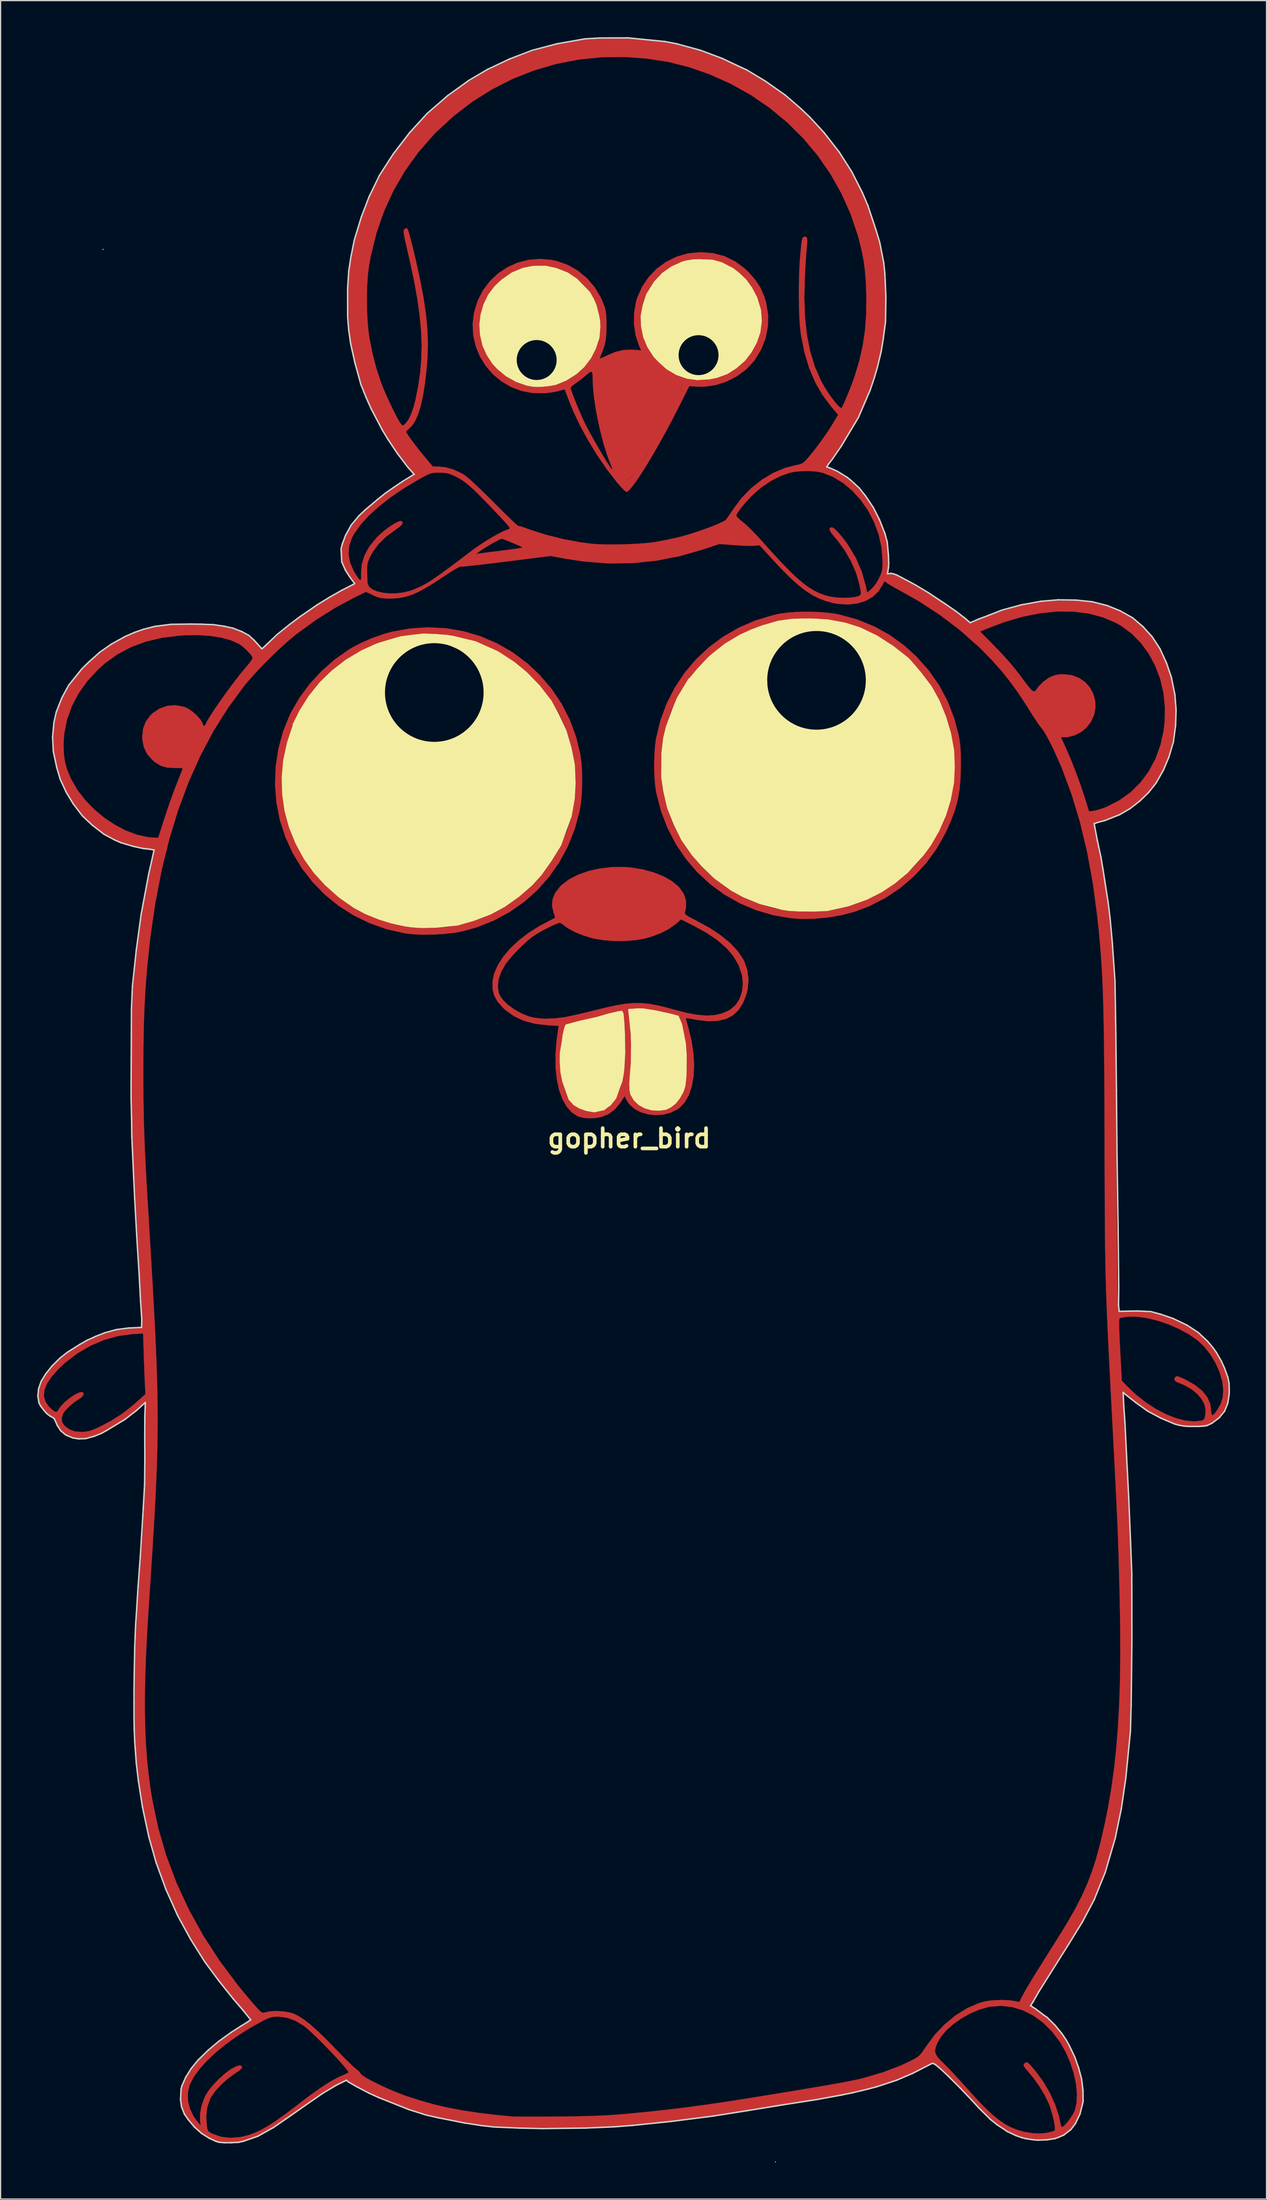
<source format=kicad_pcb>
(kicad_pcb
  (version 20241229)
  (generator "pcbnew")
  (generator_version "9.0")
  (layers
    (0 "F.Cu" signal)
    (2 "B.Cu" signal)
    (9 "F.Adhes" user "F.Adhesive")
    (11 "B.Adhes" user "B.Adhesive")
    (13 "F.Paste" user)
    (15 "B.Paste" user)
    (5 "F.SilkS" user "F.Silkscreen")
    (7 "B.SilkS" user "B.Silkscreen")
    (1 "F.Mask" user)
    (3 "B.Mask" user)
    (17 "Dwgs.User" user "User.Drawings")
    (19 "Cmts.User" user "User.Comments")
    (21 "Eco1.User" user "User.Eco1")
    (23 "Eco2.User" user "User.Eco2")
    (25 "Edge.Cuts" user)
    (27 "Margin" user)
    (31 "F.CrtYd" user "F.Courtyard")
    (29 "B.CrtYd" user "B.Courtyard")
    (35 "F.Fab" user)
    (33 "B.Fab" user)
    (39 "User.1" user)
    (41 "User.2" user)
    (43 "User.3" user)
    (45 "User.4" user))
  (footprint "gopher_bird"
    (layer "F.Cu")
    (at 48.64 90.41)
    (property "Reference" "gopher_bird" (at 0 0 0) (layer "F.SilkS") (effects (font (size 1.524 1.524) (thickness 0.3))))
    (attr through_hole)
    (fp_poly (pts (xy -2.57 -63.3) (xy -2.08 -63.62) (xy -1.62 -63.84) (xy -1.15 -64.07) (xy -0.77 -64.18) (xy -0.19 -64.25) (xy 0.37 -64.25) (xy 0.93 -64.12) (xy 1.37 -63.91) (xy 1.67 -63.62) (xy 2.04 -63.24) (xy 2.65 -62.75) (xy 3.1 -62.48) (xy 3.59 -62.22) (xy 4.14 -61.97) (xy 4.28 -61.92) (xy 4.29 -61.86) (xy 4.28 -61.74) (xy 4 -61.06) (xy 3.36 -59.71) (xy 2.78 -58.59) (xy 2.26 -57.72) (xy 1.795 -56.91) (xy 1.085 -55.7) (xy 0.73 -55.11) (xy 0.51 -54.785) (xy 0.29 -54.495) (xy 0.15 -54.35) (xy -0.06 -54.16) (xy -0.24 -54.1) (xy -0.41 -54.19) (xy -0.59 -54.44) (xy -0.98 -55.29) (xy -1.58 -56.94) (xy -2.04 -58.65) (xy -2.28 -60.01) (xy -2.35 -60.45) (xy -2.51 -62.08) (xy -2.56 -63.07)) (stroke (width 0.1) (type solid)) (fill yes) (layer "F.Cu"))
    (fp_poly (pts (xy -15.047 -41.876) (xy -13.603 -41.628) (xy -12.203 -41.214) (xy -10.858 -40.638) (xy -9.581 -39.903) (xy -8.385 -39.012) (xy -7.373 -38.066) (xy -6.376 -36.903) (xy -5.538 -35.652) (xy -4.86 -34.316) (xy -4.344 -32.9) (xy -4.015 -31.529) (xy -3.921 -30.826) (xy -3.87 -30.01) (xy -3.862 -29.14) (xy -3.895 -28.276) (xy -3.97 -27.477) (xy -4.069 -26.88) (xy -4.473 -25.388) (xy -5.031 -23.984) (xy -5.735 -22.675) (xy -6.575 -21.471) (xy -7.543 -20.38) (xy -8.632 -19.411) (xy -9.833 -18.572) (xy -11.136 -17.871) (xy -12.535 -17.318) (xy -13.674 -16.998) (xy -14.357 -16.873) (xy -15.155 -16.783) (xy -16.009 -16.73) (xy -16.865 -16.716) (xy -17.664 -16.744) (xy -18.351 -16.815) (xy -18.415 -16.825) (xy -19.893 -17.158) (xy -21.3 -17.651) (xy -22.624 -18.292) (xy -23.855 -19.074) (xy -24.983 -19.987) (xy -25.998 -21.021) (xy -26.888 -22.167) (xy -27.644 -23.415) (xy -28.255 -24.755) (xy -28.699 -26.135) (xy -28.983 -27.581) (xy -29.096 -29.054) (xy -29.074 -29.634) (xy -28.533 -29.634) (xy -28.49 -28.231) (xy -28.284 -26.853) (xy -27.921 -25.512) (xy -27.404 -24.222) (xy -26.739 -22.995) (xy -25.928 -21.843) (xy -24.977 -20.779) (xy -23.89 -19.816) (xy -22.672 -18.968) (xy -22.509 -18.869) (xy -21.617 -18.407) (xy -20.603 -17.997) (xy -19.524 -17.66) (xy -18.436 -17.414) (xy -17.943 -17.336) (xy -17.317 -17.283) (xy -16.576 -17.273) (xy -15.784 -17.301) (xy -15.002 -17.365) (xy -14.292 -17.463) (xy -14.085 -17.502) (xy -12.675 -17.878) (xy -11.353 -18.404) (xy -10.126 -19.068) (xy -8.999 -19.858) (xy -7.979 -20.763) (xy -7.074 -21.77) (xy -6.289 -22.867) (xy -5.631 -24.043) (xy -5.107 -25.285) (xy -4.724 -26.583) (xy -4.488 -27.923) (xy -4.405 -29.294) (xy -4.483 -30.683) (xy -4.728 -32.08) (xy -5.146 -33.472) (xy -5.18 -33.564) (xy -5.764 -34.871) (xy -6.502 -36.096) (xy -7.378 -37.228) (xy -8.379 -38.251) (xy -9.488 -39.152) (xy -10.693 -39.916) (xy -11.977 -40.529) (xy -12.628 -40.769) (xy -13.249 -40.964) (xy -13.818 -41.108) (xy -14.381 -41.21) (xy -14.982 -41.274) (xy -15.669 -41.308) (xy -16.487 -41.317) (xy -16.555 -41.317) (xy -17.183 -41.314) (xy -17.671 -41.304) (xy -18.058 -41.283) (xy -18.387 -41.249) (xy -18.698 -41.197) (xy -19.031 -41.124) (xy -19.256 -41.069) (xy -20.679 -40.623) (xy -22.018 -40.026) (xy -23.262 -39.285) (xy -24.401 -38.41) (xy -25.425 -37.411) (xy -26.321 -36.296) (xy -27.079 -35.076) (xy -27.647 -33.865) (xy -28.116 -32.464) (xy -28.41 -31.049) (xy -28.533 -29.634) (xy -29.074 -29.634) (xy -29.04 -30.531) (xy -28.816 -31.992) (xy -28.429 -33.414) (xy -27.879 -34.774) (xy -27.784 -34.97) (xy -27.098 -36.156) (xy -26.259 -37.289) (xy -25.291 -38.342) (xy -24.221 -39.289) (xy -23.073 -40.102) (xy -22.815 -40.259) (xy -22.007 -40.684) (xy -21.097 -41.076) (xy -20.162 -41.405) (xy -19.507 -41.587) (xy -18.011 -41.859) (xy -16.52 -41.954) (xy -15.047 -41.876)) (stroke (width 0.01) (type solid)) (fill yes) (layer "F.Cu"))
    (fp_poly (pts (xy 15.471 -43.214) (xy 16.288 -43.154) (xy 17.005 -43.057) (xy 17.236 -43.011) (xy 18.724 -42.599) (xy 20.107 -42.039) (xy 21.394 -41.329) (xy 22.593 -40.463) (xy 23.592 -39.558) (xy 24.607 -38.421) (xy 25.462 -37.2) (xy 26.159 -35.89) (xy 26.701 -34.488) (xy 27.046 -33.197) (xy 27.126 -32.798) (xy 27.182 -32.425) (xy 27.219 -32.031) (xy 27.24 -31.572) (xy 27.249 -31.002) (xy 27.249 -30.616) (xy 27.224 -29.56) (xy 27.141 -28.628) (xy 26.99 -27.77) (xy 26.76 -26.935) (xy 26.438 -26.072) (xy 26.013 -25.129) (xy 25.991 -25.082) (xy 25.266 -23.788) (xy 24.397 -22.595) (xy 23.396 -21.514) (xy 22.276 -20.557) (xy 21.05 -19.735) (xy 19.731 -19.059) (xy 18.551 -18.61) (xy 17.52 -18.334) (xy 16.399 -18.137) (xy 15.252 -18.025) (xy 14.141 -18.006) (xy 13.335 -18.06) (xy 11.842 -18.314) (xy 10.417 -18.731) (xy 9.07 -19.302) (xy 7.81 -20.018) (xy 6.647 -20.871) (xy 5.59 -21.851) (xy 4.648 -22.95) (xy 3.832 -24.159) (xy 3.15 -25.468) (xy 2.612 -26.871) (xy 2.227 -28.356) (xy 2.211 -28.439) (xy 2.121 -29.076) (xy 2.068 -29.833) (xy 2.055 -30.431) (xy 2.636 -30.431) (xy 2.665 -29.617) (xy 2.732 -28.88) (xy 2.777 -28.568) (xy 3.112 -27.141) (xy 3.614 -25.782) (xy 4.281 -24.496) (xy 5.11 -23.29) (xy 5.933 -22.339) (xy 7.01 -21.325) (xy 8.154 -20.476) (xy 9.376 -19.783) (xy 10.691 -19.241) (xy 12.111 -18.841) (xy 12.655 -18.73) (xy 13.152 -18.665) (xy 13.775 -18.625) (xy 14.471 -18.608) (xy 15.183 -18.615) (xy 15.86 -18.647) (xy 16.447 -18.703) (xy 16.657 -18.734) (xy 18.078 -19.065) (xy 19.431 -19.558) (xy 20.705 -20.202) (xy 21.888 -20.986) (xy 22.969 -21.899) (xy 23.937 -22.932) (xy 24.781 -24.073) (xy 25.488 -25.313) (xy 26.047 -26.639) (xy 26.382 -27.761) (xy 26.642 -29.187) (xy 26.728 -30.615) (xy 26.644 -32.031) (xy 26.397 -33.419) (xy 25.992 -34.765) (xy 25.435 -36.055) (xy 24.731 -37.274) (xy 23.887 -38.407) (xy 22.907 -39.44) (xy 21.797 -40.358) (xy 21.397 -40.638) (xy 20.172 -41.37) (xy 18.93 -41.931) (xy 17.648 -42.33) (xy 16.303 -42.572) (xy 14.871 -42.666) (xy 14.605 -42.667) (xy 13.401 -42.62) (xy 12.304 -42.477) (xy 11.261 -42.224) (xy 10.219 -41.85) (xy 9.128 -41.341) (xy 7.89 -40.608) (xy 6.754 -39.734) (xy 5.733 -38.733) (xy 4.837 -37.62) (xy 4.076 -36.409) (xy 3.462 -35.115) (xy 3.005 -33.753) (xy 2.773 -32.703) (xy 2.69 -32.038) (xy 2.644 -31.259) (xy 2.636 -30.431) (xy 2.055 -30.431) (xy 2.051 -30.651) (xy 2.071 -31.472) (xy 2.127 -32.239) (xy 2.21 -32.839) (xy 2.565 -34.306) (xy 3.08 -35.697) (xy 3.745 -37.003) (xy 4.551 -38.214) (xy 5.487 -39.32) (xy 6.545 -40.313) (xy 7.716 -41.181) (xy 8.989 -41.917) (xy 10.355 -42.509) (xy 11.805 -42.949) (xy 12.313 -43.062) (xy 12.975 -43.159) (xy 13.759 -43.217) (xy 14.61 -43.235) (xy 15.471 -43.214)) (stroke (width 0.01) (type solid)) (fill yes) (layer "F.Cu"))
    (fp_poly (pts (xy 0.152 -22.232) (xy 1.119 -22.073) (xy 2.016 -21.829) (xy 2.818 -21.508) (xy 3.5 -21.123) (xy 4.037 -20.682) (xy 4.139 -20.572) (xy 4.491 -20.054) (xy 4.665 -19.503) (xy 4.663 -18.913) (xy 4.58 -18.547) (xy 4.575 -18.458) (xy 4.634 -18.367) (xy 4.782 -18.257) (xy 5.044 -18.109) (xy 5.445 -17.905) (xy 5.46 -17.897) (xy 6.586 -17.284) (xy 7.549 -16.646) (xy 8.343 -15.987) (xy 8.966 -15.311) (xy 9.412 -14.621) (xy 9.442 -14.562) (xy 9.707 -13.819) (xy 9.803 -13.03) (xy 9.73 -12.22) (xy 9.629 -11.817) (xy 9.345 -11.094) (xy 8.975 -10.518) (xy 8.51 -10.086) (xy 7.945 -9.793) (xy 7.271 -9.637) (xy 6.482 -9.613) (xy 5.569 -9.718) (xy 5.389 -9.751) (xy 5.057 -9.811) (xy 4.803 -9.852) (xy 4.671 -9.865) (xy 4.663 -9.864) (xy 4.676 -9.773) (xy 4.731 -9.55) (xy 4.817 -9.235) (xy 4.857 -9.095) (xy 5.119 -8.024) (xy 5.277 -6.992) (xy 5.335 -6.015) (xy 5.292 -5.109) (xy 5.153 -4.292) (xy 4.919 -3.578) (xy 4.591 -2.984) (xy 4.173 -2.527) (xy 4.001 -2.399) (xy 3.435 -2.113) (xy 2.816 -1.949) (xy 2.175 -1.901) (xy 1.544 -1.966) (xy 0.954 -2.137) (xy 0.437 -2.409) (xy 0.025 -2.777) (xy -0.186 -3.094) (xy -0.371 -3.456) (xy -0.728 -2.92) (xy -1.174 -2.377) (xy -1.687 -1.991) (xy -2.228 -1.763) (xy -2.712 -1.666) (xy -3.242 -1.637) (xy -3.75 -1.676) (xy -4.167 -1.78) (xy -4.22 -1.803) (xy -4.72 -2.128) (xy -5.146 -2.606) (xy -5.494 -3.226) (xy -5.762 -3.974) (xy -5.946 -4.837) (xy -6.044 -5.803) (xy -6.047 -6.188) (xy -5.684 -6.188) (xy -5.616 -5.409) (xy -5.474 -4.643) (xy -5.268 -3.937) (xy -5.008 -3.338) (xy -4.875 -3.116) (xy -4.495 -2.701) (xy -4.003 -2.396) (xy -3.442 -2.211) (xy -2.854 -2.16) (xy -2.28 -2.255) (xy -2.107 -2.318) (xy -1.774 -2.493) (xy -1.502 -2.73) (xy -1.254 -3.068) (xy -1.032 -3.472) (xy -0.762 -4.08) (xy -0.564 -4.711) (xy -0.431 -5.405) (xy -0.354 -6.198) (xy -0.326 -7.121) (xy -0.329 -7.801) (xy -0.345 -8.458) (xy -0.372 -9.066) (xy -0.408 -9.596) (xy -0.452 -10.02) (xy -0.501 -10.311) (xy -0.541 -10.426) (xy -0.606 -10.462) (xy -0.75 -10.461) (xy -0.995 -10.418) (xy -1.365 -10.33) (xy -1.88 -10.193) (xy -2.008 -10.157) (xy -2.577 -10.002) (xy -3.172 -9.842) (xy -3.733 -9.694) (xy -4.199 -9.575) (xy -4.309 -9.548) (xy -4.694 -9.445) (xy -5.011 -9.346) (xy -5.219 -9.265) (xy -5.278 -9.225) (xy -5.328 -9.077) (xy -5.392 -8.791) (xy -5.464 -8.408) (xy -5.535 -7.97) (xy -5.6 -7.519) (xy -5.651 -7.096) (xy -5.667 -6.93) (xy -5.684 -6.188) (xy -6.047 -6.188) (xy -6.053 -6.858) (xy -5.969 -7.99) (xy -5.841 -8.9) (xy -5.786 -9.228) (xy -6.68 -9.277) (xy -7.733 -9.401) (xy -8.661 -9.65) (xy -9.473 -10.029) (xy -10.18 -10.54) (xy -10.395 -10.742) (xy -10.819 -11.231) (xy -11.088 -11.712) (xy -11.219 -12.232) (xy -11.223 -12.45) (xy -10.794 -12.45) (xy -10.704 -11.916) (xy -10.617 -11.708) (xy -10.346 -11.329) (xy -9.939 -10.944) (xy -9.434 -10.58) (xy -8.875 -10.265) (xy -8.301 -10.025) (xy -7.847 -9.903) (xy -7.037 -9.817) (xy -6.127 -9.84) (xy -5.33 -9.94) (xy -4.965 -10.011) (xy -4.472 -10.116) (xy -3.897 -10.248) (xy -3.287 -10.393) (xy -2.767 -10.523) (xy -2.479 -10.593) (xy -0.048 -10.593) (xy 0.072 -9.447) (xy 0.119 -8.815) (xy 0.145 -8.045) (xy 0.149 -7.178) (xy 0.131 -6.254) (xy 0.093 -5.317) (xy 0.044 -4.536) (xy 0.048 -3.97) (xy 0.138 -3.577) (xy 0.399 -3.12) (xy 0.795 -2.748) (xy 1.293 -2.475) (xy 1.861 -2.313) (xy 2.467 -2.277) (xy 3.039 -2.369) (xy 3.42 -2.553) (xy 3.801 -2.873) (xy 4.143 -3.288) (xy 4.407 -3.757) (xy 4.448 -3.855) (xy 4.533 -4.099) (xy 4.594 -4.348) (xy 4.637 -4.641) (xy 4.667 -5.019) (xy 4.688 -5.52) (xy 4.697 -5.806) (xy 4.696 -6.847) (xy 4.629 -7.763) (xy 4.491 -8.598) (xy 4.276 -9.399) (xy 4.253 -9.47) (xy 4.06 -10.059) (xy 3.086 -10.292) (xy 2.209 -10.481) (xy 1.446 -10.603) (xy 0.816 -10.657) (xy 0.367 -10.642) (xy -0.048 -10.593) (xy -2.479 -10.593) (xy -1.81 -10.757) (xy -0.989 -10.932) (xy -0.27 -11.048) (xy 0.383 -11.104) (xy 1.004 -11.102) (xy 1.629 -11.041) (xy 2.292 -10.921) (xy 3.029 -10.744) (xy 3.688 -10.562) (xy 4.698 -10.301) (xy 5.575 -10.138) (xy 6.337 -10.074) (xy 7.006 -10.108) (xy 7.6 -10.24) (xy 8.139 -10.472) (xy 8.346 -10.594) (xy 8.76 -10.961) (xy 9.07 -11.451) (xy 9.266 -12.032) (xy 9.338 -12.672) (xy 9.275 -13.338) (xy 9.253 -13.438) (xy 8.996 -14.199) (xy 8.584 -14.917) (xy 8.014 -15.595) (xy 7.279 -16.241) (xy 6.375 -16.858) (xy 5.296 -17.453) (xy 5.262 -17.47) (xy 4.257 -17.971) (xy 3.833 -17.597) (xy 3.29 -17.205) (xy 2.611 -16.851) (xy 1.837 -16.555) (xy 1.312 -16.405) (xy 0.548 -16.269) (xy -0.319 -16.2) (xy -1.227 -16.2) (xy -2.112 -16.266) (xy -2.909 -16.399) (xy -3.091 -16.443) (xy -3.824 -16.672) (xy -4.487 -16.945) (xy -5.037 -17.245) (xy -5.329 -17.457) (xy -5.532 -17.606) (xy -5.69 -17.685) (xy -5.715 -17.689) (xy -5.883 -17.646) (xy -6.168 -17.529) (xy -6.529 -17.359) (xy -6.927 -17.155) (xy -7.324 -16.939) (xy -7.679 -16.728) (xy -7.923 -16.567) (xy -8.327 -16.245) (xy -8.786 -15.826) (xy -9.255 -15.358) (xy -9.689 -14.887) (xy -10.042 -14.457) (xy -10.158 -14.296) (xy -10.517 -13.662) (xy -10.73 -13.039) (xy -10.794 -12.45) (xy -11.223 -12.45) (xy -11.23 -12.836) (xy -11.228 -12.871) (xy -11.096 -13.523) (xy -10.803 -14.202) (xy -10.362 -14.889) (xy -9.788 -15.569) (xy -9.096 -16.225) (xy -8.3 -16.842) (xy -7.414 -17.403) (xy -6.971 -17.643) (xy -6.618 -17.825) (xy -6.33 -17.975) (xy -6.143 -18.075) (xy -6.089 -18.106) (xy -6.099 -18.2) (xy -6.163 -18.401) (xy -6.203 -18.504) (xy -6.341 -19.068) (xy -6.299 -19.616) (xy -6.077 -20.151) (xy -5.674 -20.671) (xy -5.525 -20.818) (xy -4.929 -21.267) (xy -4.194 -21.644) (xy -3.35 -21.941) (xy -2.426 -22.15) (xy -1.453 -22.265) (xy -0.461 -22.278) (xy 0.152 -22.232)) (stroke (width 0.01) (type solid)) (fill yes) (layer "F.Cu"))
    (fp_poly (pts (xy 6.899 -72.671) (xy 7.826 -72.425) (xy 8.683 -72.011) (xy 9.475 -71.429) (xy 9.796 -71.128) (xy 10.371 -70.476) (xy 10.8 -69.814) (xy 11.111 -69.089) (xy 11.251 -68.617) (xy 11.413 -67.628) (xy 11.398 -66.647) (xy 11.207 -65.689) (xy 10.846 -64.77) (xy 10.316 -63.904) (xy 10.231 -63.792) (xy 9.609 -63.128) (xy 8.864 -62.573) (xy 8.03 -62.143) (xy 7.139 -61.851) (xy 6.225 -61.712) (xy 5.62 -61.712) (xy 4.936 -61.757) (xy 4.015 -59.93) (xy 3.532 -58.99) (xy 3.044 -58.072) (xy 2.557 -57.19) (xy 2.082 -56.357) (xy 1.626 -55.586) (xy 1.199 -54.893) (xy 0.808 -54.291) (xy 0.463 -53.793) (xy 0.171 -53.415) (xy -0.057 -53.169) (xy -0.215 -53.069) (xy -0.23 -53.068) (xy -0.333 -53.134) (xy -0.522 -53.315) (xy -0.769 -53.583) (xy -1.046 -53.907) (xy -1.844 -54.941) (xy -2.622 -56.078) (xy -3.355 -57.273) (xy -4.016 -58.482) (xy -4.58 -59.662) (xy -4.943 -60.552) (xy -5.082 -60.925) (xy -5.198 -61.228) (xy -5.276 -61.425) (xy -5.301 -61.482) (xy -5.392 -61.47) (xy -5.601 -61.416) (xy -5.768 -61.366) (xy -6.077 -61.292) (xy -6.487 -61.225) (xy -6.918 -61.177) (xy -6.993 -61.171) (xy -7.956 -61.189) (xy -8.871 -61.368) (xy -9.531 -61.622) (xy -4.808 -61.622) (xy -4.773 -61.471) (xy -4.678 -61.19) (xy -4.537 -60.812) (xy -4.364 -60.371) (xy -4.172 -59.904) (xy -3.975 -59.443) (xy -3.788 -59.023) (xy -3.629 -58.691) (xy -3.415 -58.276) (xy -3.161 -57.807) (xy -2.881 -57.306) (xy -2.591 -56.797) (xy -2.303 -56.303) (xy -2.031 -55.85) (xy -1.791 -55.46) (xy -1.595 -55.157) (xy -1.458 -54.966) (xy -1.394 -54.909) (xy -1.394 -54.909) (xy -1.405 -55.007) (xy -1.474 -55.214) (xy -1.537 -55.368) (xy -1.814 -56.097) (xy -2.083 -56.953) (xy -2.333 -57.893) (xy -2.557 -58.873) (xy -2.743 -59.851) (xy -2.884 -60.784) (xy -2.97 -61.628) (xy -2.994 -62.227) (xy -3.001 -62.628) (xy -3.037 -62.862) (xy -3.118 -62.942) (xy -3.264 -62.882) (xy -3.492 -62.696) (xy -3.549 -62.645) (xy -3.862 -62.382) (xy -4.197 -62.127) (xy -4.401 -61.988) (xy -4.63 -61.824) (xy -4.778 -61.682) (xy -4.808 -61.622) (xy -9.531 -61.622) (xy -9.724 -61.696) (xy -10.502 -62.155) (xy -11.193 -62.732) (xy -11.782 -63.41) (xy -12.256 -64.176) (xy -12.603 -65.012) (xy -12.809 -65.905) (xy -12.86 -66.816) (xy -12.282 -66.816) (xy -12.233 -65.965) (xy -12.036 -65.127) (xy -11.687 -64.324) (xy -11.185 -63.575) (xy -10.835 -63.188) (xy -10.111 -62.59) (xy -9.284 -62.133) (xy -8.377 -61.829) (xy -7.938 -61.744) (xy -7.582 -61.722) (xy -7.123 -61.737) (xy -6.635 -61.784) (xy -6.191 -61.855) (xy -5.96 -61.911) (xy -5.113 -62.257) (xy -4.35 -62.746) (xy -3.752 -63.299) (xy -2.567 -63.299) (xy -2.511 -62.198) (xy -2.341 -60.371) (xy -2.024 -58.589) (xy -1.565 -56.879) (xy -0.97 -55.264) (xy -0.772 -54.814) (xy -0.563 -54.399) (xy -0.383 -54.149) (xy -0.211 -54.058) (xy -0.024 -54.118) (xy 0.199 -54.319) (xy 0.288 -54.42) (xy 0.508 -54.711) (xy 0.796 -55.144) (xy 1.139 -55.695) (xy 1.525 -56.345) (xy 1.941 -57.07) (xy 2.375 -57.85) (xy 2.814 -58.663) (xy 3.244 -59.487) (xy 3.368 -59.729) (xy 3.698 -60.378) (xy 3.95 -60.885) (xy 4.133 -61.267) (xy 4.255 -61.541) (xy 4.323 -61.727) (xy 4.344 -61.841) (xy 4.326 -61.902) (xy 4.292 -61.923) (xy 3.76 -62.14) (xy 3.204 -62.433) (xy 2.667 -62.772) (xy 2.196 -63.127) (xy 1.836 -63.47) (xy 1.737 -63.591) (xy 1.4 -63.905) (xy 0.941 -64.126) (xy 0.397 -64.248) (xy -0.194 -64.267) (xy -0.795 -64.175) (xy -1.225 -64.034) (xy -1.593 -63.866) (xy -1.964 -63.673) (xy -2.168 -63.554) (xy -2.567 -63.299) (xy -3.752 -63.299) (xy -3.687 -63.359) (xy -3.142 -64.074) (xy -2.728 -64.869) (xy -2.462 -65.726) (xy -2.36 -66.621) (xy -2.36 -66.683) (xy -2.403 -67.202) (xy -2.52 -67.8) (xy -2.693 -68.401) (xy -2.902 -68.93) (xy -2.969 -69.063) (xy -3.275 -69.524) (xy -3.698 -70.009) (xy -4.187 -70.471) (xy -4.693 -70.861) (xy -5.099 -71.102) (xy -6.008 -71.454) (xy -6.924 -71.626) (xy -7.838 -71.617) (xy -8.743 -71.429) (xy -9.631 -71.061) (xy -9.639 -71.057) (xy -10.413 -70.556) (xy -11.058 -69.945) (xy -11.571 -69.245) (xy -11.947 -68.477) (xy -12.185 -67.66) (xy -12.282 -66.816) (xy -12.86 -66.816) (xy -12.861 -66.838) (xy -12.746 -67.798) (xy -12.744 -67.806) (xy -12.457 -68.75) (xy -12.024 -69.603) (xy -11.464 -70.354) (xy -10.792 -70.992) (xy -10.026 -71.507) (xy -9.184 -71.887) (xy -8.283 -72.124) (xy -7.339 -72.205) (xy -6.371 -72.12) (xy -5.943 -72.027) (xy -5.03 -71.703) (xy -4.195 -71.222) (xy -3.453 -70.602) (xy -2.82 -69.856) (xy -2.313 -69) (xy -2.03 -68.308) (xy -1.949 -68.019) (xy -1.897 -67.69) (xy -1.87 -67.273) (xy -1.862 -66.725) (xy -1.862 -66.675) (xy -1.877 -66.053) (xy -1.93 -65.541) (xy -2.034 -65.072) (xy -2.205 -64.575) (xy -2.4 -64.109) (xy -2.404 -64.043) (xy -2.313 -64.05) (xy -2.105 -64.135) (xy -1.835 -64.267) (xy -1.13 -64.566) (xy -0.47 -64.724) (xy 0.203 -64.753) (xy 0.374 -64.742) (xy 0.982 -64.691) (xy 0.811 -65.079) (xy 0.533 -65.916) (xy 0.395 -66.821) (xy 0.4 -67.563) (xy 0.96 -67.563) (xy 0.976 -66.662) (xy 1.158 -65.784) (xy 1.503 -64.948) (xy 2.008 -64.176) (xy 2.367 -63.771) (xy 3.097 -63.152) (xy 3.902 -62.694) (xy 4.766 -62.402) (xy 5.673 -62.281) (xy 6.61 -62.333) (xy 7.257 -62.471) (xy 8.082 -62.79) (xy 8.833 -63.258) (xy 9.493 -63.852) (xy 10.045 -64.549) (xy 10.472 -65.327) (xy 10.755 -66.164) (xy 10.879 -67.036) (xy 10.883 -67.219) (xy 10.795 -68.121) (xy 10.542 -68.985) (xy 10.138 -69.79) (xy 9.6 -70.514) (xy 8.942 -71.137) (xy 8.179 -71.637) (xy 7.456 -71.952) (xy 6.811 -72.106) (xy 6.077 -72.172) (xy 5.327 -72.148) (xy 4.629 -72.036) (xy 4.33 -71.95) (xy 3.473 -71.562) (xy 2.714 -71.026) (xy 2.067 -70.354) (xy 1.546 -69.559) (xy 1.441 -69.351) (xy 1.114 -68.467) (xy 0.96 -67.563) (xy 0.4 -67.563) (xy 0.401 -67.747) (xy 0.551 -68.644) (xy 0.665 -69.024) (xy 1.072 -69.932) (xy 1.618 -70.734) (xy 2.285 -71.42) (xy 3.057 -71.976) (xy 3.917 -72.392) (xy 4.848 -72.655) (xy 5.832 -72.752) (xy 5.896 -72.753) (xy 6.899 -72.671)) (stroke (width 0.01) (type solid)) (fill yes) (layer "F.Cu"))
    (fp_poly (pts (xy 0.306 -90.289) (xy 1.027 -90.257) (xy 1.626 -90.208) (xy 1.814 -90.185) (xy 3.855 -89.812) (xy 5.82 -89.277) (xy 7.704 -88.583) (xy 9.502 -87.732) (xy 11.21 -86.726) (xy 12.822 -85.567) (xy 14.335 -84.259) (xy 14.695 -83.911) (xy 16.048 -82.448) (xy 17.246 -80.892) (xy 18.287 -79.244) (xy 19.172 -77.506) (xy 19.899 -75.676) (xy 20.47 -73.758) (xy 20.786 -72.299) (xy 20.867 -71.742) (xy 20.934 -71.049) (xy 20.985 -70.264) (xy 21.019 -69.432) (xy 21.034 -68.599) (xy 21.03 -67.808) (xy 21.004 -67.104) (xy 20.962 -66.584) (xy 20.651 -64.605) (xy 20.174 -62.7) (xy 19.531 -60.865) (xy 18.719 -59.096) (xy 17.737 -57.39) (xy 16.675 -55.863) (xy 16.414 -55.515) (xy 16.251 -55.285) (xy 16.175 -55.15) (xy 16.171 -55.085) (xy 16.227 -55.064) (xy 16.261 -55.063) (xy 16.442 -55.015) (xy 16.731 -54.885) (xy 17.088 -54.696) (xy 17.471 -54.471) (xy 17.841 -54.232) (xy 18.145 -54.012) (xy 18.804 -53.402) (xy 19.43 -52.646) (xy 20.001 -51.779) (xy 20.496 -50.836) (xy 20.891 -49.852) (xy 21.008 -49.485) (xy 21.142 -48.968) (xy 21.22 -48.486) (xy 21.255 -47.947) (xy 21.26 -47.716) (xy 21.259 -47.291) (xy 21.246 -46.91) (xy 21.222 -46.626) (xy 21.203 -46.516) (xy 21.169 -46.345) (xy 21.231 -46.297) (xy 21.399 -46.321) (xy 21.536 -46.326) (xy 21.718 -46.283) (xy 21.97 -46.182) (xy 22.32 -46.012) (xy 22.796 -45.761) (xy 22.874 -45.718) (xy 23.874 -45.152) (xy 24.892 -44.529) (xy 25.876 -43.883) (xy 26.771 -43.25) (xy 27.192 -42.931) (xy 28.035 -42.274) (xy 28.963 -42.67) (xy 30.612 -43.295) (xy 32.235 -43.748) (xy 33.851 -44.034) (xy 35.242 -44.148) (xy 36.687 -44.138) (xy 38.017 -43.987) (xy 39.232 -43.695) (xy 40.332 -43.264) (xy 41.318 -42.691) (xy 42.188 -41.979) (xy 42.944 -41.126) (xy 43.584 -40.133) (xy 44.109 -39) (xy 44.497 -37.811) (xy 44.766 -36.509) (xy 44.88 -35.199) (xy 44.842 -33.901) (xy 44.657 -32.636) (xy 44.328 -31.422) (xy 43.859 -30.281) (xy 43.254 -29.232) (xy 42.705 -28.508) (xy 41.966 -27.765) (xy 41.105 -27.11) (xy 40.166 -26.571) (xy 39.19 -26.176) (xy 38.859 -26.079) (xy 38.541 -25.99) (xy 38.294 -25.911) (xy 38.17 -25.859) (xy 38.168 -25.857) (xy 38.163 -25.753) (xy 38.196 -25.504) (xy 38.259 -25.141) (xy 38.349 -24.695) (xy 38.414 -24.397) (xy 38.721 -22.937) (xy 38.988 -21.449) (xy 39.219 -19.909) (xy 39.416 -18.289) (xy 39.585 -16.564) (xy 39.726 -14.708) (xy 39.83 -12.972) (xy 39.843 -12.652) (xy 39.857 -12.163) (xy 39.871 -11.518) (xy 39.886 -10.73) (xy 39.901 -9.811) (xy 39.916 -8.774) (xy 39.931 -7.632) (xy 39.946 -6.398) (xy 39.96 -5.083) (xy 39.974 -3.702) (xy 39.988 -2.267) (xy 40 -0.789) (xy 40.011 0.717) (xy 40.014 1.089) (xy 40.025 2.57) (xy 40.036 4.007) (xy 40.047 5.387) (xy 40.058 6.701) (xy 40.07 7.937) (xy 40.081 9.085) (xy 40.092 10.132) (xy 40.103 11.069) (xy 40.113 11.883) (xy 40.123 12.565) (xy 40.132 13.103) (xy 40.14 13.487) (xy 40.147 13.704) (xy 40.15 13.743) (xy 40.201 14.197) (xy 41.396 14.206) (xy 41.973 14.217) (xy 42.434 14.248) (xy 42.84 14.304) (xy 43.258 14.394) (xy 43.471 14.449) (xy 44.686 14.849) (xy 45.77 15.368) (xy 46.718 16.002) (xy 47.527 16.749) (xy 48.196 17.608) (xy 48.624 18.367) (xy 48.919 19.027) (xy 49.113 19.598) (xy 49.22 20.13) (xy 49.251 20.677) (xy 49.24 21.013) (xy 49.119 21.75) (xy 48.849 22.384) (xy 48.429 22.916) (xy 47.858 23.349) (xy 47.824 23.369) (xy 47.613 23.482) (xy 47.415 23.554) (xy 47.182 23.596) (xy 46.863 23.616) (xy 46.446 23.623) (xy 45.939 23.618) (xy 45.546 23.587) (xy 45.202 23.521) (xy 44.858 23.419) (xy 43.7 22.945) (xy 42.555 22.307) (xy 41.45 21.519) (xy 41.145 21.267) (xy 40.549 20.762) (xy 40.55 21.153) (xy 40.555 21.382) (xy 40.571 21.749) (xy 40.595 22.21) (xy 40.624 22.722) (xy 40.638 22.951) (xy 40.689 23.804) (xy 40.745 24.805) (xy 40.805 25.921) (xy 40.866 27.119) (xy 40.927 28.365) (xy 40.987 29.627) (xy 41.044 30.871) (xy 41.097 32.064) (xy 41.143 33.172) (xy 41.181 34.163) (xy 41.193 34.507) (xy 41.214 35.241) (xy 41.231 36.1) (xy 41.243 37.062) (xy 41.251 38.105) (xy 41.256 39.208) (xy 41.256 40.35) (xy 41.253 41.51) (xy 41.246 42.665) (xy 41.235 43.795) (xy 41.222 44.877) (xy 41.205 45.891) (xy 41.185 46.815) (xy 41.162 47.627) (xy 41.137 48.307) (xy 41.109 48.832) (xy 41.101 48.94) (xy 40.908 51.109) (xy 40.671 53.115) (xy 40.386 54.974) (xy 40.048 56.699) (xy 39.655 58.305) (xy 39.203 59.807) (xy 38.687 61.22) (xy 38.105 62.557) (xy 37.452 63.833) (xy 37.144 64.376) (xy 36.949 64.701) (xy 36.675 65.147) (xy 36.344 65.681) (xy 35.975 66.27) (xy 35.588 66.882) (xy 35.287 67.355) (xy 34.838 68.062) (xy 34.412 68.74) (xy 34.02 69.37) (xy 33.673 69.937) (xy 33.38 70.423) (xy 33.152 70.812) (xy 32.999 71.085) (xy 32.932 71.227) (xy 32.929 71.238) (xy 33.002 71.303) (xy 33.192 71.426) (xy 33.434 71.569) (xy 33.834 71.841) (xy 34.29 72.224) (xy 34.759 72.677) (xy 35.2 73.159) (xy 35.57 73.629) (xy 35.642 73.732) (xy 36.152 74.586) (xy 36.576 75.491) (xy 36.906 76.414) (xy 37.132 77.325) (xy 37.245 78.191) (xy 37.237 78.98) (xy 37.196 79.276) (xy 36.973 80.129) (xy 36.646 80.835) (xy 36.214 81.394) (xy 35.676 81.807) (xy 35.552 81.874) (xy 34.979 82.085) (xy 34.306 82.204) (xy 33.591 82.223) (xy 33.179 82.185) (xy 32.666 82.101) (xy 32.247 81.998) (xy 31.843 81.851) (xy 31.376 81.635) (xy 31.29 81.592) (xy 30.937 81.407) (xy 30.612 81.215) (xy 30.295 80.999) (xy 29.968 80.743) (xy 29.612 80.43) (xy 29.208 80.044) (xy 28.737 79.568) (xy 28.18 78.986) (xy 27.651 78.422) (xy 26.935 77.668) (xy 26.329 77.052) (xy 25.831 76.571) (xy 25.436 76.224) (xy 25.141 76.007) (xy 24.943 75.916) (xy 24.869 75.922) (xy 24.708 76.006) (xy 24.454 76.14) (xy 24.266 76.24) (xy 23.169 76.786) (xy 22.039 77.264) (xy 20.847 77.684) (xy 19.567 78.054) (xy 18.171 78.381) (xy 16.633 78.675) (xy 16.011 78.779) (xy 15.573 78.849) (xy 14.988 78.943) (xy 14.289 79.055) (xy 13.51 79.181) (xy 12.681 79.314) (xy 11.837 79.45) (xy 11.203 79.551) (xy 9.68 79.794) (xy 8.31 80.007) (xy 7.068 80.194) (xy 5.928 80.358) (xy 4.864 80.502) (xy 3.853 80.631) (xy 2.868 80.746) (xy 1.883 80.851) (xy 0.874 80.95) (xy -0.184 81.046) (xy -0.454 81.069) (xy -1.183 81.121) (xy -2.035 81.164) (xy -2.983 81.198) (xy -4.002 81.223) (xy -5.063 81.238) (xy -6.141 81.244) (xy -7.209 81.242) (xy -8.239 81.23) (xy -9.206 81.208) (xy -10.082 81.178) (xy -10.841 81.139) (xy -11.456 81.09) (xy -11.657 81.068) (xy -13.467 80.813) (xy -15.13 80.504) (xy -16.674 80.134) (xy -18.129 79.695) (xy -19.523 79.179) (xy -20.885 78.579) (xy -21.026 78.511) (xy -21.521 78.268) (xy -21.989 78.029) (xy -22.393 77.815) (xy -22.694 77.646) (xy -22.812 77.572) (xy -23.211 77.302) (xy -23.857 77.612) (xy -24.214 77.791) (xy -24.583 77.996) (xy -24.987 78.242) (xy -25.449 78.541) (xy -25.989 78.909) (xy -26.63 79.36) (xy -27.354 79.879) (xy -28.169 80.458) (xy -28.869 80.935) (xy -29.476 81.324) (xy -30.016 81.64) (xy -30.51 81.897) (xy -30.984 82.109) (xy -31.024 82.125) (xy -31.396 82.265) (xy -31.725 82.352) (xy -32.084 82.402) (xy -32.543 82.428) (xy -32.612 82.43) (xy -33.229 82.428) (xy -33.699 82.381) (xy -33.901 82.333) (xy -34.499 82.064) (xy -35.107 81.662) (xy -35.68 81.163) (xy -36.173 80.606) (xy -36.505 80.101) (xy -36.731 79.509) (xy -36.825 78.846) (xy -36.794 78.36) (xy -36.256 78.36) (xy -36.243 79.019) (xy -36.083 79.682) (xy -35.784 80.312) (xy -35.476 80.736) (xy -35.203 81.053) (xy -35.255 80.639) (xy -35.256 80.106) (xy -35.146 79.501) (xy -34.938 78.882) (xy -34.811 78.604) (xy -34.559 78.202) (xy -34.195 77.749) (xy -33.762 77.289) (xy -33.302 76.866) (xy -32.859 76.523) (xy -32.657 76.396) (xy -32.286 76.203) (xy -32.034 76.123) (xy -31.878 76.15) (xy -31.807 76.247) (xy -31.835 76.357) (xy -31.995 76.516) (xy -32.302 76.735) (xy -32.41 76.805) (xy -32.998 77.231) (xy -33.544 77.723) (xy -34.01 78.239) (xy -34.358 78.741) (xy -34.433 78.882) (xy -34.66 79.547) (xy -34.745 80.315) (xy -34.703 81.047) (xy -34.658 81.338) (xy -34.586 81.51) (xy -34.447 81.629) (xy -34.249 81.731) (xy -33.534 81.985) (xy -32.766 82.075) (xy -31.932 82.003) (xy -31.735 81.965) (xy -31.242 81.836) (xy -30.741 81.653) (xy -30.212 81.403) (xy -29.637 81.075) (xy -28.996 80.659) (xy -28.27 80.143) (xy -27.44 79.515) (xy -27.118 79.266) (xy -26.19 78.56) (xy -25.357 77.969) (xy -24.627 77.498) (xy -24.007 77.153) (xy -23.733 77.025) (xy -23.429 76.892) (xy -23.185 76.779) (xy -23.061 76.714) (xy -23.085 76.63) (xy -23.221 76.439) (xy -23.451 76.16) (xy -23.757 75.813) (xy -24.119 75.418) (xy -24.521 74.992) (xy -24.942 74.556) (xy -25.365 74.128) (xy -25.772 73.729) (xy -26.144 73.376) (xy -26.463 73.09) (xy -26.71 72.89) (xy -26.734 72.872) (xy -27.447 72.447) (xy -28.157 72.198) (xy -28.862 72.118) (xy -29.2 72.134) (xy -29.49 72.194) (xy -29.808 72.321) (xy -30.066 72.449) (xy -31.148 73.047) (xy -32.169 73.692) (xy -33.112 74.367) (xy -33.962 75.06) (xy -34.702 75.756) (xy -35.317 76.442) (xy -35.791 77.103) (xy -36.107 77.726) (xy -36.113 77.742) (xy -36.256 78.36) (xy -36.794 78.36) (xy -36.781 78.169) (xy -36.69 77.787) (xy -36.399 77.115) (xy -35.943 76.41) (xy -35.332 75.683) (xy -34.579 74.944) (xy -33.694 74.205) (xy -32.687 73.477) (xy -31.89 72.963) (xy -31.545 72.747) (xy -31.265 72.564) (xy -31.083 72.434) (xy -31.028 72.382) (xy -31.083 72.298) (xy -31.236 72.105) (xy -31.466 71.831) (xy -31.749 71.503) (xy -31.804 71.441) (xy -33.38 69.542) (xy -34.781 67.629) (xy -36.016 65.687) (xy -37.09 63.701) (xy -38.01 61.655) (xy -38.783 59.535) (xy -39.416 57.325) (xy -39.915 55.01) (xy -40.288 52.575) (xy -40.316 52.342) (xy -40.413 51.472) (xy -40.49 50.623) (xy -40.549 49.767) (xy -40.591 48.873) (xy -40.617 47.912) (xy -40.628 46.856) (xy -40.626 45.673) (xy -40.613 44.495) (xy -40.601 43.713) (xy -40.588 43) (xy -40.572 42.335) (xy -40.553 41.698) (xy -40.53 41.065) (xy -40.501 40.416) (xy -40.465 39.728) (xy -40.422 38.98) (xy -40.37 38.15) (xy -40.307 37.216) (xy -40.234 36.157) (xy -40.149 34.952) (xy -40.095 34.199) (xy -40 32.834) (xy -39.922 31.611) (xy -39.86 30.491) (xy -39.812 29.436) (xy -39.777 28.407) (xy -39.754 27.365) (xy -39.74 26.272) (xy -39.734 25.09) (xy -39.734 24.835) (xy -39.733 21.594) (xy -40.209 22.052) (xy -40.601 22.392) (xy -41.112 22.78) (xy -41.695 23.184) (xy -42.307 23.576) (xy -42.902 23.923) (xy -43.289 24.127) (xy -44.022 24.441) (xy -44.673 24.61) (xy -45.26 24.638) (xy -45.727 24.554) (xy -46.243 24.326) (xy -46.655 23.988) (xy -46.935 23.566) (xy -47.009 23.358) (xy -47.118 23.072) (xy -47.261 22.931) (xy -47.318 22.911) (xy -47.535 22.796) (xy -47.801 22.573) (xy -48.07 22.29) (xy -48.298 21.993) (xy -48.44 21.73) (xy -48.446 21.713) (xy -48.536 21.16) (xy -48.084 21.16) (xy -47.958 21.622) (xy -47.66 22.048) (xy -47.49 22.212) (xy -47.248 22.409) (xy -47.09 22.479) (xy -46.975 22.423) (xy -46.863 22.243) (xy -46.683 21.986) (xy -46.41 21.704) (xy -46.082 21.424) (xy -45.733 21.171) (xy -45.4 20.972) (xy -45.119 20.852) (xy -44.926 20.839) (xy -44.813 20.944) (xy -44.846 21.103) (xy -45.011 21.285) (xy -45.197 21.41) (xy -45.557 21.647) (xy -45.921 21.945) (xy -46.239 22.257) (xy -46.462 22.539) (xy -46.498 22.601) (xy -46.621 22.991) (xy -46.569 23.34) (xy -46.378 23.609) (xy -45.984 23.905) (xy -45.54 24.067) (xy -44.999 24.11) (xy -44.898 24.107) (xy -44.578 24.079) (xy -44.283 24.015) (xy -43.958 23.898) (xy -43.544 23.709) (xy -43.447 23.662) (xy -42.51 23.166) (xy -41.685 22.638) (xy -40.9 22.032) (xy -40.529 21.709) (xy -39.737 21) (xy -39.778 20.32) (xy -39.794 20.01) (xy -39.814 19.562) (xy -39.835 19.017) (xy -39.857 18.42) (xy -39.877 17.835) (xy -39.935 16.03) (xy -40.855 16.084) (xy -42.005 16.238) (xy -43.153 16.562) (xy -44.276 17.043) (xy -45.348 17.671) (xy -46.346 18.434) (xy -46.858 18.911) (xy -47.425 19.54) (xy -47.818 20.122) (xy -48.037 20.661) (xy -48.084 21.16) (xy -48.536 21.16) (xy -48.538 21.152) (xy -48.464 20.558) (xy -48.233 19.942) (xy -47.856 19.316) (xy -47.343 18.691) (xy -46.701 18.08) (xy -45.943 17.493) (xy -45.076 16.944) (xy -44.169 16.471) (xy -43.146 16.053) (xy -42.147 15.781) (xy -41.111 15.64) (xy -40.935 15.629) (xy -40.005 15.577) (xy -40.005 15.114) (xy -40.011 14.94) (xy -40.026 14.603) (xy -40.049 14.12) (xy -40.081 13.508) (xy -40.119 12.785) (xy -40.164 11.968) (xy -40.213 11.075) (xy -40.267 10.123) (xy -40.32 9.207) (xy -40.38 8.151) (xy -40.441 7.087) (xy -40.501 6.038) (xy -40.558 5.031) (xy -40.611 4.09) (xy -40.659 3.24) (xy -40.7 2.506) (xy -40.733 1.913) (xy -40.748 1.633) (xy -40.776 0.997) (xy -40.8 0.226) (xy -40.821 -0.658) (xy -40.837 -1.633) (xy -40.85 -2.678) (xy -40.859 -3.769) (xy -40.864 -4.886) (xy -40.864 -5.487) (xy -39.914 -5.487) (xy -39.912 -4.431) (xy -39.905 -3.449) (xy -39.893 -2.514) (xy -39.875 -1.601) (xy -39.849 -0.684) (xy -39.815 0.264) (xy -39.771 1.267) (xy -39.718 2.352) (xy -39.653 3.544) (xy -39.577 4.869) (xy -39.502 6.123) (xy -39.374 8.225) (xy -39.258 10.161) (xy -39.154 11.945) (xy -39.062 13.593) (xy -38.981 15.12) (xy -38.912 16.54) (xy -38.854 17.868) (xy -38.808 19.119) (xy -38.773 20.308) (xy -38.75 21.45) (xy -38.739 22.56) (xy -38.739 23.652) (xy -38.751 24.742) (xy -38.774 25.845) (xy -38.808 26.974) (xy -38.854 28.146) (xy -38.911 29.374) (xy -38.98 30.675) (xy -39.06 32.062) (xy -39.151 33.551) (xy -39.253 35.157) (xy -39.367 36.894) (xy -39.46 38.281) (xy -39.586 40.323) (xy -39.683 42.202) (xy -39.749 43.936) (xy -39.784 45.54) (xy -39.787 47.032) (xy -39.76 48.427) (xy -39.7 49.743) (xy -39.609 50.996) (xy -39.485 52.203) (xy -39.329 53.38) (xy -39.183 54.292) (xy -38.696 56.61) (xy -38.032 58.888) (xy -37.193 61.123) (xy -36.183 63.311) (xy -35.001 65.449) (xy -33.651 67.531) (xy -32.135 69.554) (xy -32.006 69.714) (xy -31.652 70.145) (xy -31.293 70.574) (xy -30.965 70.96) (xy -30.703 71.26) (xy -30.642 71.327) (xy -30.399 71.588) (xy -30.236 71.737) (xy -30.111 71.797) (xy -29.981 71.789) (xy -29.845 71.748) (xy -29.468 71.678) (xy -28.985 71.658) (xy -28.463 71.687) (xy -27.968 71.76) (xy -27.602 71.861) (xy -27.189 72.056) (xy -26.724 72.355) (xy -26.197 72.766) (xy -25.595 73.299) (xy -24.909 73.962) (xy -24.256 74.632) (xy -23.821 75.081) (xy -23.409 75.499) (xy -23.041 75.861) (xy -22.742 76.147) (xy -22.533 76.333) (xy -22.47 76.382) (xy -22.242 76.57) (xy -22.077 76.764) (xy -22.051 76.81) (xy -21.928 76.934) (xy -21.662 77.111) (xy -21.281 77.327) (xy -20.81 77.57) (xy -20.277 77.825) (xy -19.708 78.082) (xy -19.129 78.325) (xy -18.568 78.543) (xy -18.291 78.643) (xy -17.163 79.009) (xy -16.034 79.325) (xy -14.874 79.595) (xy -13.651 79.826) (xy -12.334 80.024) (xy -10.893 80.195) (xy -9.616 80.318) (xy -9.434 80.325) (xy -9.093 80.33) (xy -8.617 80.333) (xy -8.028 80.334) (xy -7.349 80.333) (xy -6.604 80.329) (xy -5.815 80.323) (xy -5.76 80.323) (xy -4.557 80.308) (xy -3.505 80.286) (xy -2.573 80.255) (xy -1.732 80.215) (xy -0.952 80.163) (xy -0.318 80.11) (xy 1.408 79.944) (xy 3.069 79.764) (xy 4.712 79.565) (xy 6.384 79.34) (xy 8.132 79.083) (xy 10.002 78.788) (xy 10.296 78.741) (xy 11.693 78.512) (xy 12.925 78.31) (xy 14.003 78.132) (xy 14.941 77.975) (xy 15.752 77.838) (xy 16.449 77.718) (xy 17.046 77.613) (xy 17.555 77.52) (xy 17.989 77.437) (xy 18.362 77.362) (xy 18.686 77.293) (xy 18.974 77.227) (xy 19.236 77.162) (xy 20.852 76.69) (xy 22.321 76.127) (xy 23.06 75.781) (xy 23.42 75.597) (xy 23.674 75.443) (xy 23.87 75.278) (xy 24.053 75.061) (xy 24.17 74.892) (xy 25.132 74.892) (xy 25.16 75.131) (xy 25.288 75.374) (xy 25.528 75.656) (xy 25.894 76.017) (xy 25.909 76.032) (xy 26.162 76.285) (xy 26.503 76.641) (xy 26.902 77.069) (xy 27.327 77.535) (xy 27.748 78.006) (xy 27.756 78.014) (xy 28.504 78.843) (xy 29.169 79.534) (xy 29.768 80.103) (xy 30.318 80.561) (xy 30.838 80.923) (xy 31.345 81.201) (xy 31.858 81.409) (xy 32.394 81.56) (xy 32.566 81.597) (xy 33.193 81.697) (xy 33.736 81.718) (xy 34.274 81.662) (xy 34.388 81.642) (xy 34.674 81.576) (xy 34.886 81.506) (xy 34.954 81.468) (xy 34.981 81.335) (xy 34.959 81.068) (xy 34.896 80.708) (xy 34.801 80.293) (xy 34.682 79.862) (xy 34.549 79.456) (xy 34.465 79.239) (xy 34.143 78.577) (xy 33.72 77.872) (xy 33.239 77.189) (xy 32.852 76.716) (xy 32.598 76.424) (xy 32.453 76.231) (xy 32.403 76.104) (xy 32.435 76.011) (xy 32.521 75.928) (xy 32.607 75.874) (xy 32.697 75.876) (xy 32.814 75.952) (xy 32.982 76.123) (xy 33.223 76.405) (xy 33.427 76.653) (xy 34.032 77.481) (xy 34.557 78.382) (xy 34.983 79.31) (xy 35.289 80.223) (xy 35.424 80.849) (xy 35.477 81.067) (xy 35.54 81.184) (xy 35.556 81.189) (xy 35.688 81.117) (xy 35.879 80.928) (xy 36.099 80.662) (xy 36.315 80.359) (xy 36.499 80.06) (xy 36.618 79.804) (xy 36.618 79.803) (xy 36.758 79.163) (xy 36.783 78.419) (xy 36.699 77.604) (xy 36.515 76.748) (xy 36.235 75.883) (xy 35.868 75.04) (xy 35.42 74.25) (xy 35.385 74.197) (xy 34.729 73.333) (xy 33.995 72.608) (xy 33.196 72.029) (xy 32.348 71.602) (xy 31.464 71.335) (xy 30.559 71.234) (xy 29.646 71.306) (xy 29.482 71.338) (xy 28.75 71.55) (xy 28.013 71.865) (xy 27.303 72.262) (xy 26.65 72.72) (xy 26.083 73.217) (xy 25.635 73.732) (xy 25.334 74.243) (xy 25.324 74.266) (xy 25.191 74.616) (xy 25.132 74.892) (xy 24.17 74.892) (xy 24.269 74.75) (xy 24.374 74.591) (xy 25.105 73.61) (xy 25.923 72.748) (xy 26.809 72.019) (xy 27.745 71.437) (xy 28.714 71.017) (xy 29.156 70.883) (xy 29.588 70.807) (xy 30.123 70.763) (xy 30.693 70.752) (xy 31.231 70.776) (xy 31.666 70.835) (xy 31.702 70.843) (xy 31.926 70.892) (xy 32.054 70.913) (xy 32.065 70.911) (xy 32.121 70.767) (xy 32.259 70.496) (xy 32.464 70.124) (xy 32.722 69.675) (xy 33.017 69.178) (xy 33.335 68.656) (xy 33.524 68.353) (xy 33.903 67.751) (xy 34.335 67.063) (xy 34.777 66.36) (xy 35.187 65.71) (xy 35.35 65.45) (xy 36.064 64.285) (xy 36.67 63.218) (xy 37.185 62.213) (xy 37.624 61.235) (xy 38.003 60.247) (xy 38.339 59.215) (xy 38.645 58.102) (xy 38.726 57.78) (xy 39.07 56.29) (xy 39.37 54.786) (xy 39.627 53.253) (xy 39.843 51.674) (xy 40.019 50.033) (xy 40.155 48.314) (xy 40.255 46.5) (xy 40.318 44.574) (xy 40.345 42.522) (xy 40.34 40.326) (xy 40.301 37.971) (xy 40.292 37.574) (xy 40.272 36.742) (xy 40.253 35.984) (xy 40.234 35.284) (xy 40.216 34.627) (xy 40.197 33.996) (xy 40.176 33.376) (xy 40.154 32.752) (xy 40.129 32.108) (xy 40.1 31.428) (xy 40.067 30.697) (xy 40.03 29.898) (xy 39.987 29.017) (xy 39.938 28.038) (xy 39.882 26.945) (xy 39.819 25.723) (xy 39.748 24.356) (xy 39.669 22.827) (xy 39.642 22.316) (xy 39.559 20.724) (xy 39.484 19.287) (xy 39.418 17.985) (xy 39.359 16.8) (xy 39.308 15.714) (xy 39.281 15.108) (xy 40.254 15.108) (xy 40.256 15.502) (xy 40.273 16.058) (xy 40.305 16.782) (xy 40.336 17.373) (xy 40.472 19.912) (xy 40.942 20.395) (xy 41.688 21.095) (xy 42.482 21.713) (xy 43.301 22.24) (xy 44.125 22.667) (xy 44.933 22.984) (xy 45.703 23.182) (xy 46.413 23.25) (xy 47.044 23.18) (xy 47.094 23.167) (xy 47.232 23.059) (xy 47.316 22.815) (xy 47.35 22.416) (xy 47.352 22.303) (xy 47.268 21.865) (xy 47.031 21.417) (xy 46.666 20.988) (xy 46.197 20.603) (xy 45.648 20.289) (xy 45.369 20.173) (xy 45.023 20.032) (xy 44.833 19.911) (xy 44.779 19.79) (xy 44.841 19.649) (xy 44.846 19.641) (xy 44.912 19.566) (xy 44.995 19.538) (xy 45.129 19.565) (xy 45.349 19.655) (xy 45.693 19.816) (xy 45.749 19.843) (xy 46.489 20.262) (xy 47.07 20.732) (xy 47.486 21.245) (xy 47.733 21.795) (xy 47.806 22.32) (xy 47.824 22.606) (xy 47.882 22.733) (xy 47.993 22.7) (xy 48.167 22.505) (xy 48.326 22.281) (xy 48.606 21.784) (xy 48.757 21.28) (xy 48.803 20.694) (xy 48.803 20.683) (xy 48.725 19.973) (xy 48.509 19.219) (xy 48.173 18.461) (xy 47.741 17.74) (xy 47.231 17.095) (xy 46.694 16.591) (xy 45.984 16.099) (xy 45.177 15.658) (xy 44.31 15.28) (xy 43.42 14.978) (xy 42.545 14.764) (xy 41.721 14.651) (xy 40.985 14.65) (xy 40.904 14.658) (xy 40.606 14.7) (xy 40.378 14.746) (xy 40.295 14.776) (xy 40.267 14.868) (xy 40.254 15.108) (xy 39.281 15.108) (xy 39.263 14.707) (xy 39.224 13.762) (xy 39.191 12.858) (xy 39.163 11.979) (xy 39.139 11.104) (xy 39.12 10.216) (xy 39.104 9.295) (xy 39.092 8.323) (xy 39.082 7.281) (xy 39.074 6.151) (xy 39.068 4.914) (xy 39.063 3.551) (xy 39.059 2.044) (xy 39.055 0.408) (xy 39.049 -1.508) (xy 39.043 -3.255) (xy 39.034 -4.846) (xy 39.023 -6.294) (xy 39.01 -7.611) (xy 38.993 -8.809) (xy 38.973 -9.903) (xy 38.95 -10.903) (xy 38.922 -11.824) (xy 38.889 -12.677) (xy 38.852 -13.476) (xy 38.809 -14.232) (xy 38.76 -14.959) (xy 38.704 -15.669) (xy 38.642 -16.375) (xy 38.573 -17.09) (xy 38.497 -17.826) (xy 38.452 -18.234) (xy 38.089 -20.957) (xy 37.613 -23.542) (xy 37.026 -25.989) (xy 36.326 -28.296) (xy 35.516 -30.461) (xy 34.827 -32.009) (xy 34.59 -32.485) (xy 34.354 -32.929) (xy 34.139 -33.301) (xy 33.967 -33.566) (xy 33.906 -33.643) (xy 33.715 -33.882) (xy 33.479 -34.214) (xy 33.243 -34.574) (xy 33.201 -34.641) (xy 32.502 -35.753) (xy 31.844 -36.732) (xy 31.2 -37.61) (xy 30.543 -38.424) (xy 29.845 -39.207) (xy 29.081 -39.994) (xy 28.73 -40.337) (xy 27.301 -41.608) (xy 28.834 -41.608) (xy 29.87 -40.557) (xy 30.526 -39.879) (xy 31.083 -39.27) (xy 31.581 -38.685) (xy 32.061 -38.076) (xy 32.469 -37.526) (xy 32.781 -37.113) (xy 33.016 -36.845) (xy 33.188 -36.709) (xy 33.314 -36.694) (xy 33.408 -36.788) (xy 33.411 -36.793) (xy 33.664 -37.135) (xy 34.021 -37.482) (xy 34.416 -37.773) (xy 34.586 -37.868) (xy 34.916 -38.007) (xy 35.247 -38.079) (xy 35.663 -38.1) (xy 35.699 -38.1) (xy 36.371 -38.021) (xy 36.959 -37.8) (xy 37.454 -37.458) (xy 37.846 -37.021) (xy 38.125 -36.509) (xy 38.283 -35.947) (xy 38.31 -35.357) (xy 38.196 -34.763) (xy 37.931 -34.187) (xy 37.532 -33.677) (xy 37.095 -33.332) (xy 36.575 -33.077) (xy 36.04 -32.943) (xy 35.831 -32.929) (xy 35.474 -32.929) (xy 35.797 -32.226) (xy 36.248 -31.192) (xy 36.697 -30.062) (xy 37.113 -28.92) (xy 37.387 -28.093) (xy 37.782 -26.839) (xy 38.171 -26.889) (xy 38.448 -26.95) (xy 38.815 -27.063) (xy 39.197 -27.205) (xy 39.234 -27.22) (xy 40.269 -27.746) (xy 41.192 -28.409) (xy 41.996 -29.202) (xy 42.677 -30.114) (xy 43.226 -31.136) (xy 43.638 -32.258) (xy 43.906 -33.47) (xy 43.989 -34.172) (xy 44.015 -35.393) (xy 43.89 -36.58) (xy 43.622 -37.718) (xy 43.22 -38.788) (xy 42.691 -39.775) (xy 42.043 -40.662) (xy 41.286 -41.432) (xy 40.426 -42.069) (xy 40.006 -42.309) (xy 38.929 -42.77) (xy 37.759 -43.081) (xy 36.506 -43.241) (xy 35.179 -43.252) (xy 33.786 -43.113) (xy 32.335 -42.825) (xy 30.836 -42.388) (xy 29.317 -41.812) (xy 28.834 -41.608) (xy 27.301 -41.608) (xy 27.207 -41.692) (xy 25.541 -42.959) (xy 23.756 -44.122) (xy 22.277 -44.954) (xy 21.861 -45.18) (xy 21.502 -45.386) (xy 21.231 -45.555) (xy 21.08 -45.667) (xy 21.062 -45.688) (xy 20.997 -45.731) (xy 20.91 -45.632) (xy 20.819 -45.447) (xy 20.473 -44.893) (xy 19.995 -44.447) (xy 19.404 -44.115) (xy 18.718 -43.905) (xy 17.954 -43.824) (xy 17.133 -43.879) (xy 16.791 -43.94) (xy 16.173 -44.102) (xy 15.587 -44.323) (xy 15.012 -44.619) (xy 14.43 -45.001) (xy 13.821 -45.485) (xy 13.166 -46.084) (xy 12.444 -46.812) (xy 11.888 -47.408) (xy 10.714 -48.688) (xy 10.278 -48.648) (xy 10.021 -48.64) (xy 9.633 -48.646) (xy 9.166 -48.666) (xy 8.671 -48.698) (xy 8.628 -48.701) (xy 7.413 -48.794) (xy 6.088 -48.353) (xy 4.144 -47.796) (xy 2.199 -47.419) (xy 0.244 -47.219) (xy -1.729 -47.198) (xy -3.729 -47.355) (xy -5.247 -47.587) (xy -6.457 -47.81) (xy -10.093 -47.351) (xy -10.887 -47.252) (xy -11.628 -47.163) (xy -12.295 -47.085) (xy -12.868 -47.021) (xy -13.328 -46.974) (xy -13.655 -46.945) (xy -13.828 -46.936) (xy -13.849 -46.938) (xy -13.961 -46.905) (xy -14.194 -46.784) (xy -14.522 -46.59) (xy -14.915 -46.341) (xy -15.231 -46.131) (xy -16.035 -45.601) (xy -16.726 -45.179) (xy -17.332 -44.855) (xy -17.876 -44.617) (xy -18.385 -44.456) (xy -18.884 -44.36) (xy -19.399 -44.32) (xy -19.594 -44.316) (xy -20.024 -44.321) (xy -20.337 -44.347) (xy -20.596 -44.406) (xy -20.865 -44.509) (xy -21.04 -44.59) (xy -21.624 -44.865) (xy -22.582 -44.398) (xy -24.14 -43.564) (xy -25.705 -42.579) (xy -27.239 -41.468) (xy -27.501 -41.263) (xy -28.101 -40.76) (xy -28.772 -40.151) (xy -29.476 -39.474) (xy -30.173 -38.769) (xy -30.826 -38.072) (xy -31.397 -37.424) (xy -31.661 -37.102) (xy -32.964 -35.329) (xy -34.152 -33.435) (xy -35.226 -31.415) (xy -36.188 -29.267) (xy -37.038 -26.989) (xy -37.776 -24.577) (xy -38.405 -22.03) (xy -38.926 -19.342) (xy -39.338 -16.513) (xy -39.594 -14.106) (xy -39.684 -13.022) (xy -39.758 -11.953) (xy -39.816 -10.869) (xy -39.859 -9.736) (xy -39.889 -8.523) (xy -39.907 -7.198) (xy -39.914 -5.729) (xy -39.914 -5.487) (xy -40.864 -5.487) (xy -40.865 -6.007) (xy -40.862 -7.109) (xy -40.855 -8.171) (xy -40.844 -9.171) (xy -40.83 -10.086) (xy -40.811 -10.896) (xy -40.789 -11.577) (xy -40.762 -12.109) (xy -40.749 -12.292) (xy -40.596 -13.96) (xy -40.408 -15.636) (xy -40.189 -17.286) (xy -39.946 -18.877) (xy -39.682 -20.373) (xy -39.403 -21.741) (xy -39.245 -22.428) (xy -39.14 -22.878) (xy -39.058 -23.263) (xy -39.005 -23.549) (xy -38.987 -23.703) (xy -38.991 -23.721) (xy -39.103 -23.749) (xy -39.327 -23.766) (xy -39.419 -23.767) (xy -39.753 -23.798) (xy -40.203 -23.882) (xy -40.716 -24.004) (xy -41.241 -24.153) (xy -41.723 -24.313) (xy -42.039 -24.439) (xy -43.081 -24.998) (xy -44.028 -25.695) (xy -44.873 -26.514) (xy -45.607 -27.436) (xy -46.22 -28.443) (xy -46.706 -29.517) (xy -47.056 -30.64) (xy -47.261 -31.793) (xy -47.285 -32.34) (xy -46.468 -32.34) (xy -46.443 -31.563) (xy -46.348 -30.89) (xy -46.167 -30.251) (xy -45.883 -29.576) (xy -45.816 -29.437) (xy -45.313 -28.575) (xy -44.68 -27.757) (xy -43.944 -27) (xy -43.127 -26.321) (xy -42.254 -25.737) (xy -41.35 -25.265) (xy -40.439 -24.922) (xy -39.544 -24.725) (xy -39.053 -24.685) (xy -38.69 -24.675) (xy -38.205 -26.194) (xy -37.999 -26.82) (xy -37.763 -27.507) (xy -37.52 -28.186) (xy -37.295 -28.787) (xy -37.219 -28.983) (xy -37.041 -29.434) (xy -36.886 -29.826) (xy -36.766 -30.129) (xy -36.695 -30.31) (xy -36.681 -30.344) (xy -36.745 -30.39) (xy -36.971 -30.41) (xy -37.294 -30.404) (xy -37.926 -30.428) (xy -38.462 -30.578) (xy -38.95 -30.871) (xy -39.174 -31.061) (xy -39.61 -31.563) (xy -39.882 -32.126) (xy -39.997 -32.771) (xy -40.003 -32.975) (xy -39.931 -33.646) (xy -39.709 -34.224) (xy -39.328 -34.731) (xy -39.151 -34.899) (xy -38.583 -35.284) (xy -37.952 -35.505) (xy -37.283 -35.558) (xy -36.599 -35.438) (xy -36.507 -35.408) (xy -36.189 -35.252) (xy -35.844 -35.006) (xy -35.514 -34.713) (xy -35.245 -34.41) (xy -35.078 -34.141) (xy -35.056 -34.073) (xy -34.974 -33.88) (xy -34.88 -33.855) (xy -34.793 -34.004) (xy -34.793 -34.005) (xy -34.692 -34.222) (xy -34.496 -34.557) (xy -34.22 -34.988) (xy -33.884 -35.489) (xy -33.502 -36.036) (xy -33.092 -36.608) (xy -32.672 -37.178) (xy -32.258 -37.723) (xy -31.866 -38.22) (xy -31.514 -38.645) (xy -31.443 -38.728) (xy -31.21 -39.008) (xy -31.033 -39.247) (xy -30.941 -39.404) (xy -30.934 -39.433) (xy -30.999 -39.585) (xy -31.172 -39.808) (xy -31.413 -40.064) (xy -31.686 -40.316) (xy -31.952 -40.523) (xy -32.062 -40.593) (xy -32.709 -40.885) (xy -33.503 -41.103) (xy -34.423 -41.247) (xy -35.448 -41.311) (xy -36.557 -41.294) (xy -36.949 -41.269) (xy -38.387 -41.091) (xy -39.708 -40.779) (xy -40.922 -40.329) (xy -42.037 -39.737) (xy -43.064 -38.999) (xy -43.608 -38.516) (xy -44.496 -37.562) (xy -45.226 -36.543) (xy -45.792 -35.469) (xy -46.19 -34.35) (xy -46.415 -33.197) (xy -46.468 -32.34) (xy -47.285 -32.34) (xy -47.313 -32.959) (xy -47.203 -34.119) (xy -46.971 -35.106) (xy -46.568 -36.132) (xy -46.003 -37.135) (xy -45.294 -38.096) (xy -44.46 -38.997) (xy -43.521 -39.817) (xy -42.494 -40.539) (xy -41.399 -41.142) (xy -40.694 -41.449) (xy -39.988 -41.704) (xy -39.319 -41.896) (xy -38.643 -42.033) (xy -37.916 -42.122) (xy -37.095 -42.169) (xy -36.198 -42.182) (xy -35.053 -42.161) (xy -34.067 -42.094) (xy -33.222 -41.976) (xy -32.499 -41.802) (xy -31.881 -41.568) (xy -31.348 -41.267) (xy -30.884 -40.894) (xy -30.606 -40.606) (xy -30.171 -40.113) (xy -29.486 -40.754) (xy -28.357 -41.744) (xy -27.113 -42.713) (xy -25.803 -43.626) (xy -24.476 -44.45) (xy -23.182 -45.15) (xy -23.109 -45.186) (xy -22.816 -45.338) (xy -22.599 -45.465) (xy -22.5 -45.543) (xy -22.497 -45.549) (xy -22.551 -45.648) (xy -22.69 -45.836) (xy -22.829 -46.006) (xy -23.277 -46.657) (xy -23.546 -47.329) (xy -23.627 -47.96) (xy -23.057 -47.96) (xy -22.929 -47.267) (xy -22.624 -46.567) (xy -22.49 -46.343) (xy -22.272 -46.017) (xy -22.131 -45.849) (xy -22.052 -45.838) (xy -22.021 -45.985) (xy -22.024 -46.289) (xy -22.026 -46.34) (xy -21.973 -47.115) (xy -21.741 -47.872) (xy -21.333 -48.606) (xy -20.753 -49.311) (xy -20.457 -49.598) (xy -20.071 -49.927) (xy -19.68 -50.22) (xy -19.317 -50.456) (xy -19.011 -50.617) (xy -18.794 -50.683) (xy -18.734 -50.677) (xy -18.609 -50.578) (xy -18.64 -50.432) (xy -18.832 -50.232) (xy -19.188 -49.973) (xy -19.252 -49.931) (xy -19.981 -49.387) (xy -20.599 -48.778) (xy -21.077 -48.134) (xy -21.239 -47.84) (xy -21.396 -47.502) (xy -21.486 -47.231) (xy -21.525 -46.95) (xy -21.53 -46.58) (xy -21.529 -46.495) (xy -21.518 -46.118) (xy -21.504 -45.787) (xy -21.487 -45.563) (xy -21.484 -45.539) (xy -21.363 -45.279) (xy -21.094 -45.065) (xy -20.705 -44.901) (xy -20.225 -44.79) (xy -19.682 -44.737) (xy -19.105 -44.744) (xy -18.523 -44.817) (xy -17.963 -44.958) (xy -17.739 -45.039) (xy -17.445 -45.161) (xy -17.172 -45.284) (xy -16.902 -45.42) (xy -16.62 -45.578) (xy -16.308 -45.771) (xy -15.952 -46.01) (xy -15.533 -46.304) (xy -15.036 -46.665) (xy -14.444 -47.105) (xy -13.741 -47.633) (xy -13.282 -47.981) (xy -12.564 -47.981) (xy -12.246 -48.024) (xy -12.053 -48.05) (xy -11.717 -48.093) (xy -11.273 -48.15) (xy -10.759 -48.214) (xy -10.319 -48.27) (xy -9.806 -48.336) (xy -9.366 -48.399) (xy -9.025 -48.452) (xy -8.811 -48.492) (xy -8.75 -48.513) (xy -8.847 -48.564) (xy -9.067 -48.664) (xy -9.364 -48.793) (xy -9.695 -48.932) (xy -10.013 -49.063) (xy -10.274 -49.167) (xy -10.431 -49.223) (xy -10.432 -49.224) (xy -10.557 -49.194) (xy -10.796 -49.085) (xy -11.112 -48.919) (xy -11.468 -48.717) (xy -11.827 -48.5) (xy -12.151 -48.288) (xy -12.353 -48.143) (xy -12.564 -47.981) (xy -13.282 -47.981) (xy -12.927 -48.25) (xy -12.42 -48.615) (xy -11.873 -48.976) (xy -11.32 -49.314) (xy -10.797 -49.609) (xy -10.337 -49.839) (xy -9.976 -49.986) (xy -9.896 -50.009) (xy -9.836 -50.035) (xy -9.818 -50.084) (xy -9.854 -50.171) (xy -9.954 -50.312) (xy -10.133 -50.522) (xy -10.401 -50.816) (xy -10.772 -51.209) (xy -11.256 -51.717) (xy -11.859 -52.343) (xy -12.36 -52.852) (xy -12.778 -53.259) (xy -13.132 -53.581) (xy -13.442 -53.835) (xy -13.726 -54.037) (xy -14.005 -54.205) (xy -14.297 -54.354) (xy -14.333 -54.371) (xy -14.704 -54.53) (xy -15.028 -54.615) (xy -15.395 -54.649) (xy -15.605 -54.653) (xy -15.902 -54.65) (xy -16.133 -54.63) (xy -16.345 -54.577) (xy -16.586 -54.476) (xy -16.9 -54.313) (xy -17.238 -54.125) (xy -18.47 -53.394) (xy -19.58 -52.643) (xy -20.557 -51.883) (xy -21.393 -51.122) (xy -22.075 -50.37) (xy -22.594 -49.635) (xy -22.78 -49.294) (xy -23.007 -48.638) (xy -23.057 -47.96) (xy -23.627 -47.96) (xy -23.635 -48.024) (xy -23.545 -48.74) (xy -23.274 -49.48) (xy -22.824 -50.242) (xy -22.408 -50.783) (xy -21.813 -51.416) (xy -21.062 -52.09) (xy -20.17 -52.79) (xy -19.156 -53.504) (xy -18.037 -54.219) (xy -17.89 -54.308) (xy -17.593 -54.487) (xy -18.195 -55.206) (xy -19 -56.25) (xy -19.784 -57.422) (xy -20.519 -58.67) (xy -21.172 -59.942) (xy -21.715 -61.186) (xy -21.819 -61.459) (xy -22.085 -62.245) (xy -22.347 -63.148) (xy -22.588 -64.105) (xy -22.791 -65.05) (xy -22.92 -65.781) (xy -22.997 -66.437) (xy -23.051 -67.226) (xy -23.08 -68.097) (xy -23.086 -69.005) (xy -23.084 -69.076) (xy -21.549 -69.076) (xy -21.54 -68.113) (xy -21.499 -67.177) (xy -21.425 -66.319) (xy -21.333 -65.67) (xy -21.074 -64.384) (xy -20.768 -63.213) (xy -20.398 -62.09) (xy -20.359 -61.983) (xy -20.191 -61.559) (xy -19.979 -61.065) (xy -19.739 -60.536) (xy -19.49 -60.009) (xy -19.247 -59.521) (xy -19.03 -59.107) (xy -18.855 -58.804) (xy -18.781 -58.694) (xy -18.655 -58.545) (xy -18.562 -58.53) (xy -18.422 -58.64) (xy -18.412 -58.649) (xy -18.151 -58.979) (xy -17.908 -59.476) (xy -17.688 -60.126) (xy -17.549 -60.677) (xy -17.326 -61.798) (xy -17.168 -62.899) (xy -17.077 -64.002) (xy -17.053 -65.13) (xy -17.098 -66.302) (xy -17.213 -67.543) (xy -17.398 -68.872) (xy -17.656 -70.311) (xy -17.986 -71.883) (xy -18.193 -72.781) (xy -18.332 -73.382) (xy -18.432 -73.831) (xy -18.495 -74.153) (xy -18.525 -74.373) (xy -18.525 -74.514) (xy -18.498 -74.602) (xy -18.463 -74.649) (xy -18.323 -74.734) (xy -18.223 -74.684) (xy -18.165 -74.558) (xy -18.076 -74.277) (xy -17.961 -73.862) (xy -17.826 -73.336) (xy -17.676 -72.721) (xy -17.517 -72.04) (xy -17.354 -71.314) (xy -17.194 -70.565) (xy -17.156 -70.386) (xy -16.886 -68.965) (xy -16.695 -67.668) (xy -16.58 -66.457) (xy -16.538 -65.294) (xy -16.566 -64.142) (xy -16.637 -63.214) (xy -16.771 -62.026) (xy -16.93 -61.01) (xy -17.116 -60.156) (xy -17.332 -59.457) (xy -17.579 -58.902) (xy -17.861 -58.485) (xy -18.097 -58.255) (xy -18.255 -58.112) (xy -18.324 -58.013) (xy -18.324 -58.01) (xy -18.27 -57.893) (xy -18.12 -57.663) (xy -17.896 -57.347) (xy -17.616 -56.973) (xy -17.302 -56.567) (xy -16.973 -56.158) (xy -16.804 -55.955) (xy -16.133 -55.154) (xy -15.638 -55.154) (xy -15.048 -55.086) (xy -14.406 -54.895) (xy -13.776 -54.602) (xy -13.521 -54.449) (xy -13.328 -54.299) (xy -13.029 -54.04) (xy -12.647 -53.689) (xy -12.203 -53.268) (xy -11.717 -52.796) (xy -11.211 -52.292) (xy -11.108 -52.188) (xy -10.624 -51.702) (xy -10.178 -51.261) (xy -9.787 -50.881) (xy -9.466 -50.577) (xy -9.234 -50.366) (xy -9.106 -50.263) (xy -9.089 -50.256) (xy -8.97 -50.257) (xy -8.958 -50.258) (xy -8.869 -50.23) (xy -8.649 -50.153) (xy -8.34 -50.042) (xy -8.192 -49.988) (xy -6.855 -49.557) (xy -5.425 -49.198) (xy -3.982 -48.93) (xy -3.039 -48.809) (xy -2.473 -48.771) (xy -1.776 -48.753) (xy -0.997 -48.755) (xy -0.186 -48.775) (xy 0.609 -48.812) (xy 1.337 -48.865) (xy 1.95 -48.933) (xy 1.995 -48.939) (xy 2.511 -49.025) (xy 3.121 -49.144) (xy 3.745 -49.279) (xy 4.248 -49.4) (xy 4.762 -49.542) (xy 5.231 -49.688) (xy 9.273 -49.688) (xy 9.32 -49.646) (xy 9.434 -49.611) (xy 9.679 -49.551) (xy 9.773 -49.556) (xy 9.7 -49.52) (xy 9.64 -49.53) (xy 9.46 -49.52) (xy 9.29 -49.61) (xy 9.273 -49.688) (xy 5.231 -49.688) (xy 5.321 -49.716) (xy 5.895 -49.908) (xy 6.454 -50.109) (xy 6.966 -50.307) (xy 7.403 -50.49) (xy 7.734 -50.647) (xy 7.929 -50.766) (xy 7.953 -50.789) (xy 8.058 -50.928) (xy 8.19 -51.119) (xy 8.799 -51.119) (xy 8.867 -51.013) (xy 9.046 -50.836) (xy 9.302 -50.621) (xy 9.366 -50.571) (xy 9.622 -50.351) (xy 9.961 -50.029) (xy 10.347 -49.637) (xy 10.746 -49.212) (xy 10.976 -48.955) (xy 11.791 -48.044) (xy 12.511 -47.266) (xy 13.149 -46.611) (xy 13.72 -46.065) (xy 14.237 -45.619) (xy 14.715 -45.261) (xy 15.167 -44.979) (xy 15.608 -44.761) (xy 16.05 -44.597) (xy 16.399 -44.5) (xy 16.906 -44.414) (xy 17.48 -44.373) (xy 18.047 -44.38) (xy 18.534 -44.436) (xy 18.647 -44.461) (xy 18.85 -44.516) (xy 18.974 -44.584) (xy 19.028 -44.7) (xy 19.023 -44.9) (xy 18.967 -45.219) (xy 18.912 -45.49) (xy 18.648 -46.405) (xy 18.241 -47.345) (xy 17.714 -48.265) (xy 17.09 -49.119) (xy 16.833 -49.418) (xy 16.577 -49.738) (xy 16.463 -49.975) (xy 16.493 -50.119) (xy 16.654 -50.165) (xy 16.807 -50.092) (xy 17.038 -49.886) (xy 17.328 -49.569) (xy 17.657 -49.162) (xy 17.946 -48.769) (xy 18.602 -47.691) (xy 19.108 -46.523) (xy 19.453 -45.296) (xy 19.473 -45.195) (xy 19.549 -44.807) (xy 19.885 -45.085) (xy 20.115 -45.331) (xy 20.357 -45.678) (xy 20.52 -45.971) (xy 20.658 -46.265) (xy 20.746 -46.504) (xy 20.792 -46.748) (xy 20.811 -47.055) (xy 20.812 -47.483) (xy 20.811 -47.487) (xy 20.725 -48.543) (xy 20.491 -49.581) (xy 20.123 -50.58) (xy 19.635 -51.52) (xy 19.041 -52.381) (xy 18.355 -53.145) (xy 17.589 -53.79) (xy 16.759 -54.298) (xy 15.881 -54.647) (xy 15.408 -54.739) (xy 14.828 -54.783) (xy 14.21 -54.779) (xy 13.621 -54.726) (xy 13.212 -54.647) (xy 12.438 -54.377) (xy 11.642 -53.97) (xy 10.878 -53.458) (xy 10.321 -52.988) (xy 9.951 -52.623) (xy 9.596 -52.241) (xy 9.281 -51.871) (xy 9.027 -51.541) (xy 8.859 -51.281) (xy 8.799 -51.119) (xy 8.19 -51.119) (xy 8.23 -51.177) (xy 8.441 -51.492) (xy 8.548 -51.655) (xy 9.235 -52.572) (xy 10.031 -53.387) (xy 10.911 -54.082) (xy 11.853 -54.641) (xy 12.833 -55.049) (xy 13.644 -55.257) (xy 13.95 -55.319) (xy 14.166 -55.39) (xy 14.344 -55.505) (xy 14.538 -55.695) (xy 14.775 -55.966) (xy 15.281 -56.587) (xy 15.81 -57.297) (xy 16.315 -58.025) (xy 16.744 -58.701) (xy 16.776 -58.756) (xy 17.161 -59.41) (xy 16.6 -60.071) (xy 15.876 -61.037) (xy 15.274 -62.086) (xy 14.786 -63.237) (xy 14.404 -64.507) (xy 14.122 -65.914) (xy 14.089 -66.131) (xy 14.028 -66.682) (xy 13.982 -67.377) (xy 13.952 -68.176) (xy 13.938 -69.042) (xy 13.94 -69.937) (xy 13.958 -70.822) (xy 13.993 -71.659) (xy 14.045 -72.411) (xy 14.051 -72.481) (xy 14.104 -73.042) (xy 14.147 -73.449) (xy 14.189 -73.724) (xy 14.234 -73.894) (xy 14.288 -73.984) (xy 14.358 -74.018) (xy 14.422 -74.023) (xy 14.537 -74.006) (xy 14.605 -73.933) (xy 14.631 -73.771) (xy 14.621 -73.49) (xy 14.588 -73.128) (xy 14.561 -72.81) (xy 14.528 -72.355) (xy 14.493 -71.807) (xy 14.458 -71.212) (xy 14.43 -70.695) (xy 14.388 -68.964) (xy 14.447 -67.375) (xy 14.608 -65.92) (xy 14.874 -64.591) (xy 15.246 -63.377) (xy 15.725 -62.271) (xy 15.821 -62.086) (xy 16.056 -61.674) (xy 16.321 -61.256) (xy 16.597 -60.857) (xy 16.865 -60.503) (xy 17.105 -60.218) (xy 17.298 -60.029) (xy 17.424 -59.959) (xy 17.451 -59.97) (xy 17.525 -60.1) (xy 17.647 -60.362) (xy 17.804 -60.72) (xy 17.978 -61.137) (xy 18.155 -61.575) (xy 18.32 -61.999) (xy 18.456 -62.371) (xy 18.502 -62.502) (xy 18.896 -63.805) (xy 19.184 -65.067) (xy 19.373 -66.338) (xy 19.471 -67.667) (xy 19.484 -69.103) (xy 19.479 -69.347) (xy 19.44 -70.346) (xy 19.371 -71.221) (xy 19.264 -72.031) (xy 19.112 -72.831) (xy 18.906 -73.678) (xy 18.786 -74.114) (xy 18.198 -75.87) (xy 17.447 -77.558) (xy 16.541 -79.165) (xy 15.489 -80.684) (xy 14.299 -82.103) (xy 12.979 -83.413) (xy 11.539 -84.603) (xy 9.986 -85.664) (xy 8.329 -86.587) (xy 8.224 -86.638) (xy 6.555 -87.379) (xy 4.891 -87.956) (xy 3.201 -88.376) (xy 1.451 -88.649) (xy -0.318 -88.779) (xy -2.25 -88.762) (xy -4.154 -88.569) (xy -6.02 -88.204) (xy -7.837 -87.671) (xy -9.595 -86.973) (xy -11.285 -86.115) (xy -12.896 -85.102) (xy -14.417 -83.937) (xy -15.84 -82.624) (xy -16.059 -82.399) (xy -17.314 -80.966) (xy -18.41 -79.444) (xy -19.349 -77.833) (xy -20.131 -76.133) (xy -20.756 -74.342) (xy -21.224 -72.459) (xy -21.377 -71.619) (xy -21.468 -70.881) (xy -21.525 -70.016) (xy -21.549 -69.076) (xy -23.084 -69.076) (xy -23.067 -69.899) (xy -23.025 -70.732) (xy -22.959 -71.456) (xy -22.92 -71.742) (xy -22.525 -73.723) (xy -21.967 -75.625) (xy -21.246 -77.444) (xy -20.365 -79.181) (xy -19.323 -80.833) (xy -18.122 -82.399) (xy -16.762 -83.877) (xy -16.431 -84.201) (xy -14.934 -85.511) (xy -13.334 -86.673) (xy -11.637 -87.685) (xy -9.848 -88.542) (xy -7.973 -89.244) (xy -6.017 -89.786) (xy -4.173 -90.139) (xy -3.622 -90.203) (xy -2.936 -90.252) (xy -2.158 -90.285) (xy -1.329 -90.303) (xy -0.494 -90.304) (xy 0.306 -90.289)) (stroke (width 0.01) (type solid)) (fill yes) (layer "F.Cu"))
    (fp_poly (pts (xy -4.78 -61.61) (xy -4.55 -61.85) (xy -4.02 -62.23) (xy -3.8 -62.4) (xy -3.47 -62.69) (xy -3.24 -62.88) (xy -3.12 -62.92) (xy -3.05 -62.86) (xy -3.01 -62.62) (xy -3 -61.79) (xy -2.91 -60.93) (xy -2.7 -59.52) (xy -2.56 -58.75) (xy -2.37 -57.97) (xy -2.17 -57.18) (xy -1.99 -56.6) (xy -1.82 -56.05) (xy -1.47 -55.13) (xy -1.42 -54.96) (xy -1.61 -55.23) (xy -2.91 -57.43) (xy -3.46 -58.43) (xy -3.78 -59.08) (xy -4.34 -60.38) (xy -4.68 -61.27)) (stroke (width 0.1) (type solid)) (fill yes) (layer "F.Mask"))
    (fp_poly (pts (xy -2.54 -63.27) (xy -2.05 -63.59) (xy -1.59 -63.81) (xy -1.12 -64.04) (xy -0.74 -64.15) (xy -0.16 -64.22) (xy 0.4 -64.22) (xy 0.96 -64.09) (xy 1.4 -63.88) (xy 1.7 -63.59) (xy 2.07 -63.21) (xy 2.68 -62.72) (xy 3.13 -62.45) (xy 3.62 -62.19) (xy 4.17 -61.94) (xy 4.31 -61.89) (xy 4.32 -61.83) (xy 4.3 -61.7) (xy 4 -61.02) (xy 3.29 -59.61) (xy 2.73 -58.56) (xy 2.26 -57.69) (xy 1.81 -56.88) (xy 1.1 -55.67) (xy 0.73 -55.09) (xy 0.5 -54.73) (xy 0.28 -54.44) (xy 0.18 -54.32) (xy -0.03 -54.13) (xy -0.21 -54.07) (xy -0.38 -54.16) (xy -0.56 -54.41) (xy -0.95 -55.26) (xy -1.55 -56.91) (xy -2.01 -58.62) (xy -2.25 -59.98) (xy -2.32 -60.42) (xy -2.48 -62.05) (xy -2.53 -63.04)) (stroke (width 0.1) (type solid)) (fill yes) (layer "F.Mask"))
    (fp_poly (pts (xy -39.97 16.08) (xy -39.92 17.52) (xy -39.86 19.14) (xy -39.76 20.99) (xy -40.45 21.6) (xy -41.34 22.35) (xy -41.7 22.63) (xy -42.52 23.14) (xy -43.55 23.69) (xy -44 23.89) (xy -44.3 24) (xy -44.6 24.06) (xy -44.98 24.09) (xy -45.55 24.05) (xy -45.98 23.89) (xy -46.38 23.59) (xy -46.55 23.34) (xy -46.61 22.99) (xy -46.49 22.62) (xy -46.23 22.28) (xy -45.9 21.94) (xy -45.54 21.65) (xy -45.3 21.49) (xy -45.01 21.3) (xy -44.84 21.11) (xy -44.8 20.94) (xy -44.92 20.83) (xy -45.12 20.84) (xy -45.4 20.96) (xy -45.67 21.12) (xy -45.89 21.27) (xy -46.09 21.41) (xy -46.43 21.7) (xy -46.66 21.95) (xy -46.69 21.98) (xy -46.92 22.3) (xy -46.99 22.42) (xy -47.1 22.47) (xy -47.25 22.4) (xy -47.45 22.23) (xy -47.65 22.04) (xy -47.94 21.62) (xy -48.07 21.16) (xy -48.03 20.67) (xy -47.8 20.13) (xy -47.41 19.54) (xy -46.82 18.91) (xy -46.31 18.43) (xy -45.34 17.69) (xy -44.27 17.06) (xy -43.14 16.58) (xy -41.99 16.25) (xy -40.83 16.1) (xy -39.97 16.05)) (stroke (width 0.1) (type solid)) (fill yes) (layer "F.Mask"))
    (fp_poly (pts (xy 40.33 14.82) (xy 40.91 14.7) (xy 41.7 14.68) (xy 42.54 14.81) (xy 43.48 15.04) (xy 44.47 15.37) (xy 45.18 15.69) (xy 46.06 16.17) (xy 46.68 16.64) (xy 47.21 17.12) (xy 47.75 17.83) (xy 48.13 18.43) (xy 48.46 19.19) (xy 48.69 19.97) (xy 48.77 20.68) (xy 48.73 21.29) (xy 48.58 21.79) (xy 48.28 22.32) (xy 48.15 22.5) (xy 47.98 22.68) (xy 47.9 22.71) (xy 47.85 22.61) (xy 47.82 22.3) (xy 47.75 21.8) (xy 47.5 21.23) (xy 47.08 20.72) (xy 46.5 20.25) (xy 45.79 19.84) (xy 45.17 19.56) (xy 45 19.52) (xy 44.9 19.55) (xy 44.83 19.64) (xy 44.76 19.79) (xy 44.82 19.92) (xy 45.01 20.04) (xy 45.46 20.23) (xy 45.66 20.32) (xy 46.16 20.61) (xy 46.64 21) (xy 47.01 21.44) (xy 47.24 21.87) (xy 47.32 22.34) (xy 47.28 22.8) (xy 47.21 23.05) (xy 47.08 23.15) (xy 46.43 23.22) (xy 45.71 23.14) (xy 44.93 22.96) (xy 44.12 22.63) (xy 43.31 22.21) (xy 42.45 21.65) (xy 41.72 21.09) (xy 40.5 19.89) (xy 40.37 17.04) (xy 40.29 15.52) (xy 40.29 14.94)) (stroke (width 0.1) (type solid)) (fill yes) (layer "F.Mask"))
    (fp_poly (pts (xy 4.28 -17.93) (xy 6.08 -16.985) (xy 7.36 -16.175) (xy 8.02 -15.5) (xy 8.59 -14.81) (xy 8.97 -14.17) (xy 9.23 -13.38) (xy 9.29 -12.6) (xy 9.22 -12.01) (xy 9.03 -11.49) (xy 8.71 -10.98) (xy 8.24 -10.58) (xy 7.65 -10.3) (xy 6.95 -10.14) (xy 6.225 -10.11) (xy 4.975 -10.27) (xy 3.73 -10.6) (xy 2.38 -10.95) (xy 1.35 -11.12) (xy 0.48 -11.15) (xy -0.4 -11.06) (xy -1.48 -10.87) (xy -3.01 -10.51) (xy -3.755 -10.325) (xy -5.185 -10.015) (xy -6.17 -9.87) (xy -7.01 -9.86) (xy -7.86 -9.95) (xy -8.34 -10.08) (xy -8.9 -10.32) (xy -9.41 -10.61) (xy -9.9 -10.96) (xy -10.34 -11.38) (xy -10.59 -11.71) (xy -10.68 -11.94) (xy -10.76 -12.46) (xy -10.69 -13.04) (xy -10.46 -13.69) (xy -10.03 -14.41) (xy -9.5 -15.08) (xy -8.85 -15.73) (xy -8.12 -16.36) (xy -7.75 -16.66) (xy -7.17 -17) (xy -6.62 -17.27) (xy -6.23 -17.47) (xy -5.88 -17.62) (xy -5.72 -17.67) (xy -5.58 -17.6) (xy -5.03 -17.21) (xy -4.5 -16.92) (xy -3.84 -16.64) (xy -3.07 -16.4) (xy -2.1 -16.23) (xy -1.24 -16.16) (xy -0.18 -16.17) (xy 0.58 -16.22) (xy 1.32 -16.36) (xy 2.67 -16.83) (xy 3.33 -17.18) (xy 3.88 -17.59)) (stroke (width 0.1) (type solid)) (fill yes) (layer "F.Mask"))
    (fp_poly (pts (xy 28.88 -41.63) (xy 30.05 -42.03) (xy 30.97 -42.38) (xy 32.38 -42.82) (xy 33.87 -43.07) (xy 35.22 -43.21) (xy 36.53 -43.18) (xy 37.78 -43.03) (xy 38.94 -42.71) (xy 39.985 -42.3) (xy 41.195 -41.48) (xy 42.01 -40.61) (xy 42.67 -39.7) (xy 43.15 -38.79) (xy 43.55 -37.765) (xy 43.84 -36.575) (xy 43.98 -35.37) (xy 43.94 -34.13) (xy 43.86 -33.44) (xy 43.6 -32.23) (xy 43.18 -31.13) (xy 42.66 -30.15) (xy 41.98 -29.24) (xy 41.14 -28.41) (xy 40.21 -27.77) (xy 39.19 -27.22) (xy 38.4 -26.98) (xy 37.78 -26.87) (xy 37.09 -29.15) (xy 36.48 -30.76) (xy 35.79 -32.37) (xy 35.53 -32.9) (xy 36.05 -32.89) (xy 36.61 -33.06) (xy 37.12 -33.31) (xy 37.56 -33.66) (xy 37.98 -34.2) (xy 38.26 -34.85) (xy 38.35 -35.46) (xy 38.32 -36.05) (xy 38.11 -36.65) (xy 37.85 -37.08) (xy 37.47 -37.5) (xy 37 -37.83) (xy 36.38 -38.06) (xy 35.68 -38.15) (xy 35.16 -38.12) (xy 34.82 -38.01) (xy 34.47 -37.85) (xy 34 -37.51) (xy 33.61 -37.13) (xy 33.35 -36.78) (xy 33.3 -36.73) (xy 33.18 -36.74) (xy 33.04 -36.85) (xy 32.82 -37.1) (xy 32.55 -37.46) (xy 32.13 -38.02) (xy 31.62 -38.7) (xy 30.95 -39.46) (xy 29.68 -40.84) (xy 29.04 -41.48)) (stroke (width 0.1) (type solid)) (fill yes) (layer "F.Mask"))
    (fp_poly (pts (xy 8.82 -51.11) (xy 9.02 -51.45) (xy 9.52 -52.09) (xy 10.32 -52.93) (xy 10.94 -53.48) (xy 11.65 -53.93) (xy 12.46 -54.35) (xy 13.32 -54.64) (xy 14.21 -54.75) (xy 14.84 -54.74) (xy 15.47 -54.69) (xy 15.94 -54.58) (xy 16.76 -54.25) (xy 17.61 -53.73) (xy 18.32 -53.12) (xy 19 -52.35) (xy 19.61 -51.49) (xy 20.12 -50.5) (xy 20.45 -49.54) (xy 20.69 -48.54) (xy 20.77 -47.51) (xy 20.77 -46.74) (xy 20.63 -46.26) (xy 20.34 -45.69) (xy 20.1 -45.34) (xy 19.86 -45.1) (xy 19.56 -44.86) (xy 19.47 -45.31) (xy 19.23 -46.21) (xy 19.13 -46.53) (xy 18.73 -47.47) (xy 18.61 -47.74) (xy 18.27 -48.3) (xy 18 -48.76) (xy 17.61 -49.29) (xy 17.28 -49.67) (xy 16.82 -50.11) (xy 16.67 -50.18) (xy 16.48 -50.13) (xy 16.45 -49.97) (xy 16.57 -49.72) (xy 16.73 -49.52) (xy 17.07 -49.12) (xy 17.29 -48.81) (xy 17.71 -48.23) (xy 18.2 -47.35) (xy 18.63 -46.37) (xy 18.81 -45.75) (xy 18.9 -45.47) (xy 19 -44.89) (xy 19.01 -44.69) (xy 18.96 -44.59) (xy 18.83 -44.53) (xy 18.51 -44.46) (xy 18.03 -44.4) (xy 17.52 -44.4) (xy 16.89 -44.46) (xy 16.4 -44.535) (xy 15.64 -44.785) (xy 14.77 -45.24) (xy 13.52 -46.3) (xy 12.64 -47.19) (xy 11.82 -48.07) (xy 10.7 -49.32) (xy 10.16 -49.89) (xy 9.36 -50.63) (xy 9.08 -50.84)) (stroke (width 0.1) (type solid)) (fill yes) (layer "F.Mask"))
    (fp_poly (pts (xy -29.49 72.24) (xy -28.9 72.15) (xy -28.18 72.22) (xy -27.47 72.48) (xy -26.66 72.98) (xy -25.76 73.81) (xy -24.99 74.61) (xy -24.51 75.07) (xy -23.62 76.04) (xy -23.13 76.61) (xy -23.1 76.71) (xy -23.53 76.9) (xy -24.18 77.19) (xy -24.84 77.6) (xy -26.23 78.55) (xy -27 79.14) (xy -27.95 79.86) (xy -28.29 80.14) (xy -29.26 80.8) (xy -29.75 81.11) (xy -30.21 81.37) (xy -30.75 81.62) (xy -31.21 81.8) (xy -31.96 81.99) (xy -32.74 82.06) (xy -33.52 81.97) (xy -34.19 81.73) (xy -34.44 81.61) (xy -34.55 81.52) (xy -34.64 81.34) (xy -34.69 81.02) (xy -34.73 80.32) (xy -34.64 79.56) (xy -34.4 78.86) (xy -33.99 78.25) (xy -33.51 77.73) (xy -33.03 77.29) (xy -32.47 76.87) (xy -31.99 76.53) (xy -31.83 76.37) (xy -31.8 76.25) (xy -31.87 76.14) (xy -32.03 76.11) (xy -32.3 76.19) (xy -32.67 76.39) (xy -32.89 76.53) (xy -33.33 76.86) (xy -33.78 77.28) (xy -34.19 77.73) (xy -34.58 78.18) (xy -34.84 78.62) (xy -34.93 78.83) (xy -34.96 78.91) (xy -35.11 79.36) (xy -35.16 79.5) (xy -35.28 80.12) (xy -35.27 80.49) (xy -35.27 80.67) (xy -35.23 80.99) (xy -35.44 80.74) (xy -35.77 80.28) (xy -36.06 79.67) (xy -36.22 79.03) (xy -36.23 78.36) (xy -36.09 77.73) (xy -35.71 77.03) (xy -35.26 76.43) (xy -34.69 75.78) (xy -33.86 75.02) (xy -32.99 74.32) (xy -32.6 74.03) (xy -32.11 73.67) (xy -31.09 73.03) (xy -29.67 72.3)) (stroke (width 0.1) (type solid)) (fill yes) (layer "F.Mask"))
    (fp_poly (pts (xy 30.45 71.28) (xy 31.5 71.37) (xy 32.36 71.65) (xy 33.09 72) (xy 33.32 72.15) (xy 33.97 72.62) (xy 34.7 73.35) (xy 35.37 74.25) (xy 35.85 75.07) (xy 36.22 75.91) (xy 36.47 76.69) (xy 36.67 77.6) (xy 36.76 78.42) (xy 36.74 79.14) (xy 36.6 79.8) (xy 36.32 80.3) (xy 36.09 80.64) (xy 35.87 80.91) (xy 35.68 81.1) (xy 35.55 81.16) (xy 35.49 81.06) (xy 35.31 80.22) (xy 35 79.26) (xy 34.58 78.31) (xy 34.07 77.5) (xy 33.69 76.97) (xy 33.46 76.65) (xy 32.96 76.06) (xy 32.83 75.94) (xy 32.71 75.86) (xy 32.6 75.86) (xy 32.5 75.93) (xy 32.42 76) (xy 32.39 76.1) (xy 32.44 76.24) (xy 32.58 76.43) (xy 32.73 76.6) (xy 32.88 76.77) (xy 33.25 77.27) (xy 33.71 77.92) (xy 34.12 78.59) (xy 34.18 78.72) (xy 34.47 79.32) (xy 34.7 80) (xy 34.78 80.31) (xy 34.93 81.09) (xy 34.96 81.35) (xy 34.94 81.45) (xy 34.83 81.51) (xy 34.68 81.56) (xy 34.28 81.64) (xy 33.68 81.67) (xy 33.17 81.65) (xy 32.54 81.54) (xy 32.03 81.41) (xy 31.52 81.22) (xy 30.84 80.9) (xy 29.885 80.145) (xy 29.255 79.535) (xy 28.5 78.775) (xy 27.54 77.705) (xy 26.65 76.74) (xy 25.95 76.01) (xy 25.52 75.59) (xy 25.19 75.16) (xy 25.16 74.88) (xy 25.38 74.2) (xy 25.66 73.74) (xy 26.14 73.22) (xy 26.68 72.73) (xy 27.54 72.15) (xy 28.1 71.85) (xy 28.76 71.57) (xy 29.59 71.35)) (stroke (width 0.1) (type solid)) (fill yes) (layer "F.Mask"))
    (fp_poly (pts (xy -40.93 -40.26) (xy -39.67 -40.74) (xy -38.4 -41.05) (xy -36.66 -41.25) (xy -35.46 -41.26) (xy -34.21 -41.19) (xy -33.41 -41.05) (xy -32.67 -40.82) (xy -32.02 -40.5) (xy -31.52 -40.11) (xy -31.04 -39.59) (xy -30.96 -39.41) (xy -31.25 -39) (xy -32.03 -38.08) (xy -32.35 -37.68) (xy -32.93 -36.93) (xy -33.89 -35.58) (xy -34.48 -34.66) (xy -34.67 -34.34) (xy -34.8 -34.09) (xy -34.89 -33.89) (xy -34.96 -33.9) (xy -35.08 -34.18) (xy -35.23 -34.42) (xy -35.51 -34.73) (xy -35.83 -35.03) (xy -36.16 -35.26) (xy -36.49 -35.43) (xy -37.26 -35.58) (xy -37.97 -35.54) (xy -38.64 -35.31) (xy -39.22 -34.88) (xy -39.36 -34.73) (xy -39.75 -34.21) (xy -39.96 -33.64) (xy -40.04 -32.95) (xy -40.02 -32.72) (xy -39.9 -32.09) (xy -39.63 -31.51) (xy -39.38 -31.23) (xy -39.19 -31.02) (xy -38.97 -30.85) (xy -38.47 -30.55) (xy -37.93 -30.4) (xy -37.48 -30.38) (xy -37.15 -30.38) (xy -36.98 -30.39) (xy -36.76 -30.37) (xy -36.71 -30.34) (xy -36.8 -30.08) (xy -37.12 -29.33) (xy -37.36 -28.72) (xy -37.72 -27.8) (xy -38.08 -26.73) (xy -38.48 -25.54) (xy -38.74 -24.72) (xy -39.27 -24.74) (xy -40.26 -24.94) (xy -41.38 -25.32) (xy -42.21 -25.79) (xy -43.11 -26.36) (xy -43.91 -27.02) (xy -44.29 -27.4) (xy -44.68 -27.79) (xy -45.28 -28.59) (xy -45.8 -29.46) (xy -46.15 -30.28) (xy -46.32 -30.89) (xy -46.41 -31.61) (xy -46.44 -32.35) (xy -46.38 -33.22) (xy -46.14 -34.35) (xy -45.73 -35.5) (xy -45.18 -36.54) (xy -44.27 -37.74) (xy -43.46 -38.6) (xy -42.96 -39.01) (xy -42.02 -39.69)) (stroke (width 0.1) (type solid)) (fill yes) (layer "F.Mask"))
    (fp_poly (pts (xy -16.34 -54.56) (xy -16.13 -54.61) (xy -15.9 -54.63) (xy -15.35 -54.62) (xy -15.03 -54.59) (xy -14.69 -54.51) (xy -14.26 -54.32) (xy -14.01 -54.19) (xy -13.44 -53.81) (xy -12.81 -53.26) (xy -11.78 -52.21) (xy -11.18 -51.58) (xy -10.75 -51.15) (xy -10.39 -50.75) (xy -10.1 -50.44) (xy -9.9 -50.19) (xy -9.84 -50.08) (xy -9.86 -50.04) (xy -10.25 -49.9) (xy -10.83 -49.62) (xy -11.37 -49.31) (xy -11.77 -49.07) (xy -12.22 -48.77) (xy -12.7 -48.45) (xy -13.4 -47.93) (xy -14.28 -47.27) (xy -14.89 -46.81) (xy -15.59 -46.3) (xy -16.32 -45.81) (xy -17.04 -45.38) (xy -17.96 -44.98) (xy -18.55 -44.84) (xy -19.14 -44.77) (xy -19.58 -44.76) (xy -20.21 -44.81) (xy -20.69 -44.93) (xy -21.08 -45.08) (xy -21.34 -45.28) (xy -21.46 -45.54) (xy -21.5 -46.38) (xy -21.5 -46.96) (xy -21.45 -47.26) (xy -21.32 -47.62) (xy -21.21 -47.84) (xy -21.06 -48.12) (xy -20.89 -48.34) (xy -20.8 -48.46) (xy -20.6 -48.74) (xy -20.43 -48.92) (xy -20.13 -49.21) (xy -19.97 -49.37) (xy -19.7 -49.57) (xy -19.32 -49.86) (xy -18.9 -50.16) (xy -18.81 -50.23) (xy -18.63 -50.42) (xy -18.6 -50.58) (xy -18.73 -50.69) (xy -18.79 -50.7) (xy -19.02 -50.63) (xy -19.35 -50.47) (xy -19.72 -50.24) (xy -20.18 -49.87) (xy -20.66 -49.47) (xy -21.36 -48.65) (xy -21.82 -47.79) (xy -22.02 -47.07) (xy -22.07 -46.28) (xy -22.05 -45.96) (xy -22.09 -45.88) (xy -22.26 -46.05) (xy -22.6 -46.57) (xy -22.91 -47.27) (xy -23.03 -47.94) (xy -22.98 -48.62) (xy -22.76 -49.27) (xy -22.56 -49.62) (xy -22.02 -50.37) (xy -21.27 -51.21) (xy -20.49 -51.89) (xy -19.55 -52.62) (xy -18.51 -53.35) (xy -17.17 -54.12) (xy -16.73 -54.36)) (stroke (width 0.1) (type solid)) (fill yes) (layer "F.Mask"))
    (fp_circle (center -16.011 -36.6) (end -12.05 -35.5) (stroke (width 0.12) (type solid)) (fill no) (layer "F.SilkS"))
    (fp_circle (center -7.6 -63.9) (end -5.9 -63.9) (stroke (width 0.12) (type solid)) (fill no) (layer "F.SilkS"))
    (fp_circle (center 5.7 -64.3) (end 7.4 -64.3) (stroke (width 0.12) (type solid)) (fill no) (layer "F.SilkS"))
    (fp_circle (center 15.389 -37.6) (end 19.35 -36.5) (stroke (width 0.12) (type solid)) (fill no) (layer "F.SilkS"))
    (fp_poly (pts (xy -43.18 -72.98) (xy -43.225 -72.934) (xy -43.271 -72.98) (xy -43.225 -73.025) (xy -43.18 -72.98)) (stroke (width 0.01) (type solid)) (fill yes) (layer "F.SilkS"))
    (fp_poly (pts (xy 12.065 84.047) (xy 12.02 84.092) (xy 11.974 84.047) (xy 12.02 84.001) (xy 12.065 84.047)) (stroke (width 0.01) (type solid)) (fill yes) (layer "F.SilkS"))
    (fp_poly (pts (xy 11.21 -42.15) (xy 12.27 -42.45) (xy 13.36 -42.6) (xy 14.3 -42.63) (xy 14.89 -42.63) (xy 15.47 -42.61) (xy 15.51 -41.77) (xy 14.99 -41.73) (xy 14.25 -41.58) (xy 13.48 -41.3) (xy 12.84 -40.9) (xy 12.37 -40.47) (xy 11.96 -39.97) (xy 11.68 -39.49) (xy 11.41 -38.85) (xy 11.29 -38.37) (xy 11.24 -37.86) (xy 11.24 -37.63) (xy 4.91 -37.66) (xy 5.64 -38.54) (xy 6.51 -39.46) (xy 6.84 -39.75) (xy 7.91 -40.59) (xy 9.12 -41.31) (xy 10.09 -41.75) (xy 10.91 -42.06)) (stroke (width 0.1) (type solid)) (fill yes) (layer "F.SilkS"))
    (fp_poly (pts (xy -20.85 -40.53) (xy -20.58 -40.63) (xy -19.49 -40.96) (xy -18.79 -41.16) (xy -17.99 -41.27) (xy -16.89 -41.395) (xy -15.77 -41.345) (xy -15.89 -40.78) (xy -16.6 -40.72) (xy -17.43 -40.5) (xy -18.08 -40.2) (xy -18.8 -39.74) (xy -19.33 -39.1) (xy -19.78 -38.42) (xy -19.99 -37.79) (xy -20.16 -37.11) (xy -20.18 -36.37) (xy -20.03 -35.47) (xy -19.81 -34.87) (xy -19.67 -34.6) (xy -19.41 -34.18) (xy -19.22 -33.93) (xy -27.61 -33.96) (xy -27.25 -34.68) (xy -27.05 -35.09) (xy -26.3 -36.28) (xy -25.38 -37.42) (xy -24.4 -38.37) (xy -23.25 -39.26) (xy -21.97 -40.02)) (stroke (width 0.1) (type solid)) (fill yes) (layer "F.SilkS"))
    (fp_poly (pts (xy 5.79 -72.13) (xy 6.83 -72.09) (xy 7.595 -71.88) (xy 8.505 -71.41) (xy 8.98 -71.05) (xy 9.58 -70.48) (xy 10.06 -69.82) (xy 10.48 -69.01) (xy 10.78 -68.02) (xy 10.85 -67.11) (xy 10.73 -66.17) (xy 10.44 -65.34) (xy 10.02 -64.57) (xy 9.48 -63.87) (xy 8.78 -63.26) (xy 8.06 -62.8) (xy 7.23 -62.49) (xy 6.6 -62.36) (xy 5.66 -62.31) (xy 5.68 -62.54) (xy 6.19 -62.63) (xy 6.73 -62.92) (xy 7.16 -63.35) (xy 7.37 -63.83) (xy 7.44 -64.39) (xy 7.33 -64.94) (xy 7.03 -65.44) (xy 6.71 -65.72) (xy 6.28 -65.95) (xy 5.73 -66.05)) (stroke (width 0.1) (type solid)) (fill yes) (layer "F.SilkS"))
    (fp_poly (pts (xy -5.18 -9.3) (xy -4.08 -9.595) (xy -2.73 -9.9) (xy -1.68 -10.2) (xy -0.87 -10.39) (xy -0.64 -10.42) (xy -0.59 -10.41) (xy -0.51 -10.21) (xy -0.44 -9.45) (xy -0.39 -8.44) (xy -0.37 -7.01) (xy -0.43 -5.89) (xy -0.48 -5.38) (xy -0.6 -4.7) (xy -0.84 -4.05) (xy -1.11 -3.295) (xy -1.55 -2.745) (xy -2.08 -2.35) (xy -2.87 -2.18) (xy -3.49 -2.28) (xy -4.06 -2.48) (xy -4.53 -2.76) (xy -4.93 -3.2) (xy -5.23 -4.03) (xy -5.45 -4.67) (xy -5.6 -5.42) (xy -5.66 -6.29) (xy -5.65 -7.02) (xy -5.5 -7.87) (xy -5.41 -8.53) (xy -5.27 -9.12)) (stroke (width 0.1) (type solid)) (fill yes) (layer "F.SilkS"))
    (fp_poly (pts (xy -0.03 -10.57) (xy 0.72 -10.62) (xy 1.18 -10.61) (xy 2.18 -10.45) (xy 3.33 -10.2) (xy 4.02 -10.02) (xy 4.3 -9.35) (xy 4.47 -8.5) (xy 4.61 -7.77) (xy 4.68 -6.8) (xy 4.67 -5.45) (xy 4.65 -5.01) (xy 4.57 -4.3) (xy 4.43 -3.85) (xy 4.13 -3.31) (xy 3.79 -2.88) (xy 3.41 -2.58) (xy 3.03 -2.39) (xy 2.45 -2.31) (xy 1.86 -2.34) (xy 1.3 -2.5) (xy 0.82 -2.76) (xy 0.42 -3.14) (xy 0.15 -3.6) (xy 0.07 -3.97) (xy 0.06 -4.54) (xy 0.1 -5.15) (xy 0.18 -6.17) (xy 0.2 -7.67) (xy 0.175 -8.56) (xy 0.08 -9.49) (xy -0.01 -10.34)) (stroke (width 0.1) (type solid)) (fill yes) (layer "F.SilkS"))
    (fp_poly (pts (xy -11.04 -69.91) (xy -10.49 -70.44) (xy -9.63 -71.04) (xy -8.75 -71.41) (xy -8.07 -71.55) (xy -7.82 -71.58) (xy -7.75 -65.63) (xy -8.22 -65.54) (xy -8.69 -65.28) (xy -9.03 -64.92) (xy -9.22 -64.57) (xy -9.36 -64.06) (xy -9.35 -63.75) (xy -9.29 -63.43) (xy -9.15 -63.07) (xy -8.91 -62.73) (xy -8.53 -62.41) (xy -8.18 -62.25) (xy -7.88 -62.17) (xy -7.6 -62.15) (xy -7.61 -61.74) (xy -7.93 -61.76) (xy -8.38 -61.84) (xy -9.28 -62.15) (xy -10.1 -62.61) (xy -10.83 -63.22) (xy -11.19 -63.61) (xy -11.66 -64.33) (xy -12.01 -65.11) (xy -12.21 -65.99) (xy -12.26 -66.81) (xy -12.16 -67.64) (xy -11.92 -68.47) (xy -11.54 -69.25)) (stroke (width 0.1) (type solid)) (fill yes) (layer "F.SilkS"))
    (fp_poly (pts (xy 1.45 -69.3) (xy 2.09 -70.32) (xy 2.74 -71.01) (xy 3.49 -71.54) (xy 4.12 -71.82) (xy 4.38 -71.94) (xy 4.67 -72.02) (xy 5.31 -72.12) (xy 5.76 -72.13) (xy 5.7 -66.06) (xy 5.29 -65.99) (xy 4.73 -65.75) (xy 4.36 -65.42) (xy 4.05 -64.93) (xy 3.96 -64.44) (xy 3.95 -64.09) (xy 4.04 -63.74) (xy 4.19 -63.4) (xy 4.45 -63.06) (xy 4.73 -62.84) (xy 5.15 -62.62) (xy 5.64 -62.54) (xy 5.63 -62.28) (xy 5.6 -62.3) (xy 5.17 -62.36) (xy 4.77 -62.41) (xy 3.9 -62.71) (xy 3.1 -63.18) (xy 2.4 -63.81) (xy 2.02 -64.22) (xy 1.53 -64.99) (xy 1.2 -65.78) (xy 1.02 -66.67) (xy 0.99 -67.52) (xy 1.16 -68.42) (xy 1.42 -69.2)) (stroke (width 0.1) (type solid)) (fill yes) (layer "F.SilkS"))
    (fp_poly (pts (xy -7.84 -71.585) (xy -6.88 -71.595) (xy -6.01 -71.41) (xy -5.06 -71.04) (xy -4.33 -70.55) (xy -3.73 -69.95) (xy -3.25 -69.44) (xy -2.95 -68.91) (xy -2.73 -68.4) (xy -2.52 -67.59) (xy -2.44 -67.14) (xy -2.41 -66.65) (xy -2.49 -65.73) (xy -2.79 -64.83) (xy -3.18 -64.07) (xy -3.73 -63.35) (xy -4.36 -62.78) (xy -5.18 -62.26) (xy -6.03 -61.91) (xy -6.51 -61.82) (xy -6.83 -61.78) (xy -7.17 -61.75) (xy -7.56 -61.74) (xy -7.56 -62.14) (xy -7.3 -62.17) (xy -6.83 -62.33) (xy -6.41 -62.62) (xy -6.07 -63.06) (xy -5.93 -63.37) (xy -5.85 -63.87) (xy -5.91 -64.37) (xy -6.08 -64.78) (xy -6.27 -65.05) (xy -6.67 -65.39) (xy -7.13 -65.655) (xy -8.23 -65.725) (xy -8.16 -66.31)) (stroke (width 0.1) (type solid)) (fill yes) (layer "F.SilkS"))
    (fp_poly (pts (xy -15.88 -41.35) (xy -15.02 -41.29) (xy -14.35 -41.18) (xy -12.623 -40.758) (xy -10.797 -39.943) (xy -9.475 -39.085) (xy -8.44 -38.24) (xy -7.39 -37.16) (xy -6.43 -35.92) (xy -5.84 -34.84) (xy -5.2 -33.47) (xy -4.78 -32.05) (xy -4.51 -30.66) (xy -4.45 -29.18) (xy -4.52 -27.88) (xy -4.77 -26.46) (xy -5.63 -24.08) (xy -6.39 -22.83) (xy -7.22 -21.66) (xy -8.01 -20.79) (xy -9.07 -19.87) (xy -10.23 -19.05) (xy -11.4 -18.42) (xy -12.73 -17.91) (xy -14.09 -17.52) (xy -15.79 -17.34) (xy -16.88 -17.31) (xy -17.39 -17.33) (xy -17.9 -17.37) (xy -18.4 -17.44) (xy -19.54 -17.69) (xy -20.56 -18.01) (xy -21.63 -18.44) (xy -22.59 -18.95) (xy -23.81 -19.8) (xy -24.95 -20.81) (xy -25.87 -21.82) (xy -26.69 -22.97) (xy -27.37 -24.23) (xy -27.9 -25.53) (xy -28.27 -26.9) (xy -28.46 -28.24) (xy -28.5 -29.62) (xy -28.38 -31.01) (xy -28.06 -32.5) (xy -27.58 -33.94) (xy -19.19 -33.89) (xy -18.64 -33.35) (xy -17.92 -32.89) (xy -17.05 -32.57) (xy -16.52 -32.47) (xy -15.96 -32.44) (xy -15.32 -32.5) (xy -14.64 -32.67) (xy -14.06 -32.93) (xy -13.34 -33.42) (xy -12.66 -34.11) (xy -12.29 -34.71) (xy -12.04 -35.36) (xy -11.85 -36.45) (xy -11.89 -37.22) (xy -12.12 -38.05) (xy -12.43 -38.76) (xy -13.01 -39.48) (xy -13.67 -40.04) (xy -14.92 -40.6) (xy -15.11 -40.67) (xy -15.46 -40.73) (xy -15.85 -40.75) (xy -15.87 -40.76)) (stroke (width 0.1) (type solid)) (fill yes) (layer "F.SilkS"))
    (fp_poly (pts (xy 15.48 -42.6) (xy 16.34 -42.55) (xy 17.74 -42.29) (xy 18.97 -41.9) (xy 20.34 -41.24) (xy 21.67 -40.39) (xy 22.96 -39.37) (xy 23.9 -38.29) (xy 24.8 -37.1) (xy 25.43 -35.97) (xy 25.98 -34.64) (xy 26.39 -33.27) (xy 26.65 -31.83) (xy 26.7 -30.48) (xy 26.64 -29.21) (xy 26.37 -27.78) (xy 25.99 -26.54) (xy 25.43 -25.26) (xy 24.76 -24.09) (xy 24.15 -23.26) (xy 22.85 -21.83) (xy 21.79 -20.95) (xy 20.7 -20.23) (xy 19.53 -19.64) (xy 18.03 -19.1) (xy 16.3 -18.71) (xy 15.13 -18.66) (xy 13.97 -18.67) (xy 13.16 -18.71) (xy 12.56 -18.8) (xy 10.73 -19.28) (xy 9.39 -19.83) (xy 8.37 -20.39) (xy 7.02 -21.37) (xy 6 -22.35) (xy 5.18 -23.28) (xy 4.32 -24.52) (xy 3.69 -25.79) (xy 3.16 -27.14) (xy 2.842 -28.52) (xy 2.678 -29.66) (xy 2.695 -31.64) (xy 2.84 -32.86) (xy 3.06 -33.78) (xy 3.57 -35.18) (xy 3.97 -36.15) (xy 4.91 -37.71) (xy 11.27 -37.63) (xy 11.32 -36.85) (xy 11.56 -36.04) (xy 11.84 -35.47) (xy 12.34 -34.8) (xy 12.99 -34.21) (xy 13.61 -33.86) (xy 14.21 -33.63) (xy 14.83 -33.47) (xy 15.4 -33.45) (xy 15.79 -33.44) (xy 16.46 -33.58) (xy 17.05 -33.76) (xy 17.48 -33.99) (xy 18.03 -34.36) (xy 18.29 -34.58) (xy 18.64 -34.96) (xy 18.96 -35.41) (xy 19.11 -35.69) (xy 19.39 -36.37) (xy 19.52 -36.9) (xy 19.59 -37.57) (xy 19.53 -38.3) (xy 19.3 -39.13) (xy 19.08 -39.59) (xy 18.63 -40.26) (xy 18.13 -40.77) (xy 17.36 -41.27) (xy 16.52 -41.62) (xy 15.89 -41.72) (xy 15.51 -41.76)) (stroke (width 0.1) (type solid)) (fill yes) (layer "F.SilkS"))
    (fp_line (start -48.58 21.17) (end -48.52 20.56) (stroke (width 0.12) (type solid)) (layer "Edge.Cuts"))
    (fp_line (start -48.52 20.56) (end -48.3 19.94) (stroke (width 0.12) (type solid)) (layer "Edge.Cuts"))
    (fp_line (start -48.49 21.72) (end -48.58 21.17) (stroke (width 0.12) (type solid)) (layer "Edge.Cuts"))
    (fp_line (start -48.35 21.99) (end -48.49 21.72) (stroke (width 0.12) (type solid)) (layer "Edge.Cuts"))
    (fp_line (start -48.3 19.94) (end -47.9 19.3) (stroke (width 0.12) (type solid)) (layer "Edge.Cuts"))
    (fp_line (start -48.09 22.33) (end -48.35 21.99) (stroke (width 0.12) (type solid)) (layer "Edge.Cuts"))
    (fp_line (start -47.9 19.3) (end -47.39 18.67) (stroke (width 0.12) (type solid)) (layer "Edge.Cuts"))
    (fp_line (start -47.84 22.61) (end -48.09 22.33) (stroke (width 0.12) (type solid)) (layer "Edge.Cuts"))
    (fp_line (start -47.56 22.82) (end -47.84 22.61) (stroke (width 0.12) (type solid)) (layer "Edge.Cuts"))
    (fp_line (start -47.39 18.67) (end -46.74 18.03) (stroke (width 0.12) (type solid)) (layer "Edge.Cuts"))
    (fp_line (start -47.37 -32.93) (end -47.26 -34.14) (stroke (width 0.12) (type solid)) (layer "Edge.Cuts"))
    (fp_line (start -47.31 -31.76) (end -47.37 -32.93) (stroke (width 0.12) (type solid)) (layer "Edge.Cuts"))
    (fp_line (start -47.3 22.96) (end -47.56 22.82) (stroke (width 0.12) (type solid)) (layer "Edge.Cuts"))
    (fp_line (start -47.26 -34.14) (end -47.06 -35.02) (stroke (width 0.12) (type solid)) (layer "Edge.Cuts"))
    (fp_line (start -47.2 23.07) (end -47.3 22.96) (stroke (width 0.12) (type solid)) (layer "Edge.Cuts"))
    (fp_line (start -47.06 -35.02) (end -46.61 -36.16) (stroke (width 0.12) (type solid)) (layer "Edge.Cuts"))
    (fp_line (start -47.03 -30.45) (end -47.31 -31.76) (stroke (width 0.12) (type solid)) (layer "Edge.Cuts"))
    (fp_line (start -46.99 23.57) (end -47.2 23.07) (stroke (width 0.12) (type solid)) (layer "Edge.Cuts"))
    (fp_line (start -46.75 -29.5) (end -47.03 -30.45) (stroke (width 0.12) (type solid)) (layer "Edge.Cuts"))
    (fp_line (start -46.74 18.03) (end -46.14 17.56) (stroke (width 0.12) (type solid)) (layer "Edge.Cuts"))
    (fp_line (start -46.7 24.01) (end -46.99 23.57) (stroke (width 0.12) (type solid)) (layer "Edge.Cuts"))
    (fp_line (start -46.61 -36.16) (end -46.21 -36.9) (stroke (width 0.12) (type solid)) (layer "Edge.Cuts"))
    (fp_line (start -46.29 24.36) (end -46.7 24.01) (stroke (width 0.12) (type solid)) (layer "Edge.Cuts"))
    (fp_line (start -46.26 -28.43) (end -46.75 -29.5) (stroke (width 0.12) (type solid)) (layer "Edge.Cuts"))
    (fp_line (start -46.21 -36.9) (end -46.03 -37.22) (stroke (width 0.12) (type solid)) (layer "Edge.Cuts"))
    (fp_line (start -46.14 17.56) (end -45.11 16.91) (stroke (width 0.12) (type solid)) (layer "Edge.Cuts"))
    (fp_line (start -46.03 -37.22) (end -44.96 -38.55) (stroke (width 0.12) (type solid)) (layer "Edge.Cuts"))
    (fp_line (start -45.72 24.6) (end -46.29 24.36) (stroke (width 0.12) (type solid)) (layer "Edge.Cuts"))
    (fp_line (start -45.67 -27.45) (end -46.26 -28.43) (stroke (width 0.12) (type solid)) (layer "Edge.Cuts"))
    (fp_line (start -45.24 24.68) (end -45.72 24.6) (stroke (width 0.12) (type solid)) (layer "Edge.Cuts"))
    (fp_line (start -45.11 16.91) (end -44.52 16.58) (stroke (width 0.12) (type solid)) (layer "Edge.Cuts"))
    (fp_line (start -44.96 -38.55) (end -44.39 -39.11) (stroke (width 0.12) (type solid)) (layer "Edge.Cuts"))
    (fp_line (start -44.92 -26.47) (end -45.67 -27.45) (stroke (width 0.12) (type solid)) (layer "Edge.Cuts"))
    (fp_line (start -44.65 24.66) (end -45.24 24.68) (stroke (width 0.12) (type solid)) (layer "Edge.Cuts"))
    (fp_line (start -44.52 16.58) (end -43.82 16.26) (stroke (width 0.12) (type solid)) (layer "Edge.Cuts"))
    (fp_line (start -44.39 -39.11) (end -43.49 -39.91) (stroke (width 0.12) (type solid)) (layer "Edge.Cuts"))
    (fp_line (start -44.1 -25.7) (end -44.92 -26.47) (stroke (width 0.12) (type solid)) (layer "Edge.Cuts"))
    (fp_line (start -43.96 24.47) (end -44.65 24.66) (stroke (width 0.12) (type solid)) (layer "Edge.Cuts"))
    (fp_line (start -43.82 16.26) (end -43.08 15.97) (stroke (width 0.12) (type solid)) (layer "Edge.Cuts"))
    (fp_line (start -43.49 -39.91) (end -42.53 -40.58) (stroke (width 0.12) (type solid)) (layer "Edge.Cuts"))
    (fp_line (start -43.36 24.23) (end -43.96 24.47) (stroke (width 0.12) (type solid)) (layer "Edge.Cuts"))
    (fp_line (start -43.14 -24.96) (end -44.1 -25.7) (stroke (width 0.12) (type solid)) (layer "Edge.Cuts"))
    (fp_line (start -43.08 15.97) (end -42.13 15.71) (stroke (width 0.12) (type solid)) (layer "Edge.Cuts"))
    (fp_line (start -42.91 23.98) (end -43.36 24.23) (stroke (width 0.12) (type solid)) (layer "Edge.Cuts"))
    (fp_line (start -42.53 -40.58) (end -41.41 -41.2) (stroke (width 0.12) (type solid)) (layer "Edge.Cuts"))
    (fp_line (start -42.22 -24.47) (end -43.14 -24.96) (stroke (width 0.12) (type solid)) (layer "Edge.Cuts"))
    (fp_line (start -42.13 15.71) (end -41.13 15.58) (stroke (width 0.12) (type solid)) (layer "Edge.Cuts"))
    (fp_line (start -41.76 -24.27) (end -42.22 -24.47) (stroke (width 0.12) (type solid)) (layer "Edge.Cuts"))
    (fp_line (start -41.44 23.09) (end -42.91 23.98) (stroke (width 0.12) (type solid)) (layer "Edge.Cuts"))
    (fp_line (start -41.41 -41.2) (end -40.65 -41.53) (stroke (width 0.12) (type solid)) (layer "Edge.Cuts"))
    (fp_line (start -41.13 15.58) (end -40.06 15.53) (stroke (width 0.12) (type solid)) (layer "Edge.Cuts"))
    (fp_line (start -40.92 -4.43) (end -40.91 -6.35) (stroke (width 0.12) (type solid)) (layer "Edge.Cuts"))
    (fp_line (start -40.92 -3.26) (end -40.92 -4.43) (stroke (width 0.12) (type solid)) (layer "Edge.Cuts"))
    (fp_line (start -40.91 -6.35) (end -40.89 -10.57) (stroke (width 0.12) (type solid)) (layer "Edge.Cuts"))
    (fp_line (start -40.89 -10.57) (end -40.81 -12.49) (stroke (width 0.12) (type solid)) (layer "Edge.Cuts"))
    (fp_line (start -40.88 -1.62) (end -40.92 -3.26) (stroke (width 0.12) (type solid)) (layer "Edge.Cuts"))
    (fp_line (start -40.86 -0.14) (end -40.88 -1.62) (stroke (width 0.12) (type solid)) (layer "Edge.Cuts"))
    (fp_line (start -40.81 -12.49) (end -40.49 -15.48) (stroke (width 0.12) (type solid)) (layer "Edge.Cuts"))
    (fp_line (start -40.75 -23.97) (end -41.76 -24.27) (stroke (width 0.12) (type solid)) (layer "Edge.Cuts"))
    (fp_line (start -40.71 3.16) (end -40.86 -0.14) (stroke (width 0.12) (type solid)) (layer "Edge.Cuts"))
    (fp_line (start -40.68 45.15) (end -40.66 43.86) (stroke (width 0.12) (type solid)) (layer "Edge.Cuts"))
    (fp_line (start -40.68 46.38) (end -40.68 45.15) (stroke (width 0.12) (type solid)) (layer "Edge.Cuts"))
    (fp_line (start -40.68 47.61) (end -40.68 46.38) (stroke (width 0.12) (type solid)) (layer "Edge.Cuts"))
    (fp_line (start -40.66 43.86) (end -40.62 41.76) (stroke (width 0.12) (type solid)) (layer "Edge.Cuts"))
    (fp_line (start -40.66 48.59) (end -40.68 47.61) (stroke (width 0.12) (type solid)) (layer "Edge.Cuts"))
    (fp_line (start -40.65 -41.53) (end -39.91 -41.79) (stroke (width 0.12) (type solid)) (layer "Edge.Cuts"))
    (fp_line (start -40.62 5.04) (end -40.71 3.16) (stroke (width 0.12) (type solid)) (layer "Edge.Cuts"))
    (fp_line (start -40.62 41.76) (end -40.55 39.99) (stroke (width 0.12) (type solid)) (layer "Edge.Cuts"))
    (fp_line (start -40.62 49.56) (end -40.66 48.59) (stroke (width 0.12) (type solid)) (layer "Edge.Cuts"))
    (fp_line (start -40.55 39.99) (end -40.48 38.95) (stroke (width 0.12) (type solid)) (layer "Edge.Cuts"))
    (fp_line (start -40.5 22.37) (end -41.44 23.09) (stroke (width 0.12) (type solid)) (layer "Edge.Cuts"))
    (fp_line (start -40.49 -15.48) (end -40.09 -18.41) (stroke (width 0.12) (type solid)) (layer "Edge.Cuts"))
    (fp_line (start -40.49 51.33) (end -40.62 49.56) (stroke (width 0.12) (type solid)) (layer "Edge.Cuts"))
    (fp_line (start -40.48 38.95) (end -40.35 36.88) (stroke (width 0.12) (type solid)) (layer "Edge.Cuts"))
    (fp_line (start -40.43 8.47) (end -40.62 5.04) (stroke (width 0.12) (type solid)) (layer "Edge.Cuts"))
    (fp_line (start -40.35 36.88) (end -40.16 34.28) (stroke (width 0.12) (type solid)) (layer "Edge.Cuts"))
    (fp_line (start -40.32 52.76) (end -40.49 51.33) (stroke (width 0.12) (type solid)) (layer "Edge.Cuts"))
    (fp_line (start -40.26 11.12) (end -40.43 8.47) (stroke (width 0.12) (type solid)) (layer "Edge.Cuts"))
    (fp_line (start -40.16 34.28) (end -39.95 30.92) (stroke (width 0.12) (type solid)) (layer "Edge.Cuts"))
    (fp_line (start -40.14 13.4) (end -40.26 11.12) (stroke (width 0.12) (type solid)) (layer "Edge.Cuts"))
    (fp_line (start -40.09 -18.41) (end -39.47 -21.71) (stroke (width 0.12) (type solid)) (layer "Edge.Cuts"))
    (fp_line (start -40.06 15.53) (end -40.04 14.86) (stroke (width 0.12) (type solid)) (layer "Edge.Cuts"))
    (fp_line (start -40.04 14.86) (end -40.14 13.4) (stroke (width 0.12) (type solid)) (layer "Edge.Cuts"))
    (fp_line (start -39.98 54.94) (end -40.32 52.76) (stroke (width 0.12) (type solid)) (layer "Edge.Cuts"))
    (fp_line (start -39.95 30.92) (end -39.81 28.43) (stroke (width 0.12) (type solid)) (layer "Edge.Cuts"))
    (fp_line (start -39.92 -23.79) (end -40.75 -23.97) (stroke (width 0.12) (type solid)) (layer "Edge.Cuts"))
    (fp_line (start -39.91 -41.79) (end -38.97 -42.03) (stroke (width 0.12) (type solid)) (layer "Edge.Cuts"))
    (fp_line (start -39.81 28.43) (end -39.79 26.13) (stroke (width 0.12) (type solid)) (layer "Edge.Cuts"))
    (fp_line (start -39.8 24.45) (end -39.79 22.78) (stroke (width 0.12) (type solid)) (layer "Edge.Cuts"))
    (fp_line (start -39.79 22.78) (end -39.75 21.69) (stroke (width 0.12) (type solid)) (layer "Edge.Cuts"))
    (fp_line (start -39.79 26.13) (end -39.8 24.45) (stroke (width 0.12) (type solid)) (layer "Edge.Cuts"))
    (fp_line (start -39.75 21.69) (end -40.5 22.37) (stroke (width 0.12) (type solid)) (layer "Edge.Cuts"))
    (fp_line (start -39.47 -21.71) (end -39.24 -22.72) (stroke (width 0.12) (type solid)) (layer "Edge.Cuts"))
    (fp_line (start -39.46 57.37) (end -39.98 54.94) (stroke (width 0.12) (type solid)) (layer "Edge.Cuts"))
    (fp_line (start -39.35 -23.73) (end -39.92 -23.79) (stroke (width 0.12) (type solid)) (layer "Edge.Cuts"))
    (fp_line (start -39.24 -22.72) (end -39.03 -23.67) (stroke (width 0.12) (type solid)) (layer "Edge.Cuts"))
    (fp_line (start -39.03 -23.67) (end -39.35 -23.73) (stroke (width 0.12) (type solid)) (layer "Edge.Cuts"))
    (fp_line (start -38.97 -42.03) (end -37.63 -42.2) (stroke (width 0.12) (type solid)) (layer "Edge.Cuts"))
    (fp_line (start -38.86 59.48) (end -39.46 57.37) (stroke (width 0.12) (type solid)) (layer "Edge.Cuts"))
    (fp_line (start -38.06 61.67) (end -38.86 59.48) (stroke (width 0.12) (type solid)) (layer "Edge.Cuts"))
    (fp_line (start -37.63 -42.2) (end -35.99 -42.22) (stroke (width 0.12) (type solid)) (layer "Edge.Cuts"))
    (fp_line (start -37.09 63.83) (end -38.06 61.67) (stroke (width 0.12) (type solid)) (layer "Edge.Cuts"))
    (fp_line (start -36.86 78.91) (end -36.81 78.04) (stroke (width 0.12) (type solid)) (layer "Edge.Cuts"))
    (fp_line (start -36.81 78.04) (end -36.74 77.79) (stroke (width 0.12) (type solid)) (layer "Edge.Cuts"))
    (fp_line (start -36.77 79.54) (end -36.86 78.91) (stroke (width 0.12) (type solid)) (layer "Edge.Cuts"))
    (fp_line (start -36.74 77.79) (end -36.43 77.09) (stroke (width 0.12) (type solid)) (layer "Edge.Cuts"))
    (fp_line (start -36.53 80.14) (end -36.77 79.54) (stroke (width 0.12) (type solid)) (layer "Edge.Cuts"))
    (fp_line (start -36.43 77.09) (end -35.99 76.39) (stroke (width 0.12) (type solid)) (layer "Edge.Cuts"))
    (fp_line (start -36.23 80.57) (end -36.53 80.14) (stroke (width 0.12) (type solid)) (layer "Edge.Cuts"))
    (fp_line (start -36.04 65.75) (end -37.09 63.83) (stroke (width 0.12) (type solid)) (layer "Edge.Cuts"))
    (fp_line (start -35.99 -42.22) (end -35.17 -42.21) (stroke (width 0.12) (type solid)) (layer "Edge.Cuts"))
    (fp_line (start -35.99 76.39) (end -35.42 75.69) (stroke (width 0.12) (type solid)) (layer "Edge.Cuts"))
    (fp_line (start -35.72 81.18) (end -36.23 80.57) (stroke (width 0.12) (type solid)) (layer "Edge.Cuts"))
    (fp_line (start -35.42 75.69) (end -34.59 74.88) (stroke (width 0.12) (type solid)) (layer "Edge.Cuts"))
    (fp_line (start -35.36 81.5) (end -35.72 81.18) (stroke (width 0.12) (type solid)) (layer "Edge.Cuts"))
    (fp_line (start -35.17 -42.21) (end -34.15 -42.17) (stroke (width 0.12) (type solid)) (layer "Edge.Cuts"))
    (fp_line (start -35.14 81.7) (end -35.36 81.5) (stroke (width 0.12) (type solid)) (layer "Edge.Cuts"))
    (fp_line (start -34.87 67.61) (end -36.04 65.75) (stroke (width 0.12) (type solid)) (layer "Edge.Cuts"))
    (fp_line (start -34.59 74.88) (end -33.75 74.17) (stroke (width 0.12) (type solid)) (layer "Edge.Cuts"))
    (fp_line (start -34.51 82.1) (end -35.14 81.7) (stroke (width 0.12) (type solid)) (layer "Edge.Cuts"))
    (fp_line (start -34.15 -42.17) (end -33.26 -42.04) (stroke (width 0.12) (type solid)) (layer "Edge.Cuts"))
    (fp_line (start -33.94 82.36) (end -34.51 82.1) (stroke (width 0.12) (type solid)) (layer "Edge.Cuts"))
    (fp_line (start -33.75 74.17) (end -33.2 73.77) (stroke (width 0.12) (type solid)) (layer "Edge.Cuts"))
    (fp_line (start -33.72 69.17) (end -34.87 67.61) (stroke (width 0.12) (type solid)) (layer "Edge.Cuts"))
    (fp_line (start -33.71 82.43) (end -33.94 82.36) (stroke (width 0.12) (type solid)) (layer "Edge.Cuts"))
    (fp_line (start -33.27 82.47) (end -33.71 82.43) (stroke (width 0.12) (type solid)) (layer "Edge.Cuts"))
    (fp_line (start -33.26 -42.04) (end -32.54 -41.88) (stroke (width 0.12) (type solid)) (layer "Edge.Cuts"))
    (fp_line (start -33.2 73.77) (end -32.67 73.39) (stroke (width 0.12) (type solid)) (layer "Edge.Cuts"))
    (fp_line (start -32.72 82.47) (end -33.27 82.47) (stroke (width 0.12) (type solid)) (layer "Edge.Cuts"))
    (fp_line (start -32.67 73.39) (end -31.87 72.88) (stroke (width 0.12) (type solid)) (layer "Edge.Cuts"))
    (fp_line (start -32.54 -41.88) (end -31.82 -41.6) (stroke (width 0.12) (type solid)) (layer "Edge.Cuts"))
    (fp_line (start -32.51 70.68) (end -33.72 69.17) (stroke (width 0.12) (type solid)) (layer "Edge.Cuts"))
    (fp_line (start -32.09 82.44) (end -32.72 82.47) (stroke (width 0.12) (type solid)) (layer "Edge.Cuts"))
    (fp_line (start -31.87 72.88) (end -31.37 72.57) (stroke (width 0.12) (type solid)) (layer "Edge.Cuts"))
    (fp_line (start -31.82 -41.6) (end -31.25 -41.29) (stroke (width 0.12) (type solid)) (layer "Edge.Cuts"))
    (fp_line (start -31.73 71.59) (end -32.51 70.68) (stroke (width 0.12) (type solid)) (layer "Edge.Cuts"))
    (fp_line (start -31.69 82.35) (end -32.09 82.44) (stroke (width 0.12) (type solid)) (layer "Edge.Cuts"))
    (fp_line (start -31.37 72.57) (end -31.09 72.38) (stroke (width 0.12) (type solid)) (layer "Edge.Cuts"))
    (fp_line (start -31.25 -41.29) (end -30.8 -40.88) (stroke (width 0.12) (type solid)) (layer "Edge.Cuts"))
    (fp_line (start -31.09 72.38) (end -31.73 71.59) (stroke (width 0.12) (type solid)) (layer "Edge.Cuts"))
    (fp_line (start -30.8 -40.88) (end -30.22 -40.24) (stroke (width 0.12) (type solid)) (layer "Edge.Cuts"))
    (fp_line (start -30.51 81.94) (end -31.69 82.35) (stroke (width 0.12) (type solid)) (layer "Edge.Cuts"))
    (fp_line (start -30.22 -40.24) (end -30.16 -40.19) (stroke (width 0.12) (type solid)) (layer "Edge.Cuts"))
    (fp_line (start -30.16 -40.19) (end -28.9 -41.38) (stroke (width 0.12) (type solid)) (layer "Edge.Cuts"))
    (fp_line (start -29.22 81.22) (end -30.51 81.94) (stroke (width 0.12) (type solid)) (layer "Edge.Cuts"))
    (fp_line (start -28.9 -41.38) (end -27.87 -42.21) (stroke (width 0.12) (type solid)) (layer "Edge.Cuts"))
    (fp_line (start -27.87 -42.21) (end -27.04 -42.83) (stroke (width 0.12) (type solid)) (layer "Edge.Cuts"))
    (fp_line (start -27.74 80.2) (end -29.22 81.22) (stroke (width 0.12) (type solid)) (layer "Edge.Cuts"))
    (fp_line (start -27.04 -42.83) (end -25.63 -43.8) (stroke (width 0.12) (type solid)) (layer "Edge.Cuts"))
    (fp_line (start -26.56 79.37) (end -27.74 80.2) (stroke (width 0.12) (type solid)) (layer "Edge.Cuts"))
    (fp_line (start -25.63 -43.8) (end -24.61 -44.43) (stroke (width 0.12) (type solid)) (layer "Edge.Cuts"))
    (fp_line (start -25.17 78.41) (end -26.56 79.37) (stroke (width 0.12) (type solid)) (layer "Edge.Cuts"))
    (fp_line (start -24.61 -44.43) (end -23.6 -45) (stroke (width 0.12) (type solid)) (layer "Edge.Cuts"))
    (fp_line (start -24.08 77.76) (end -25.17 78.41) (stroke (width 0.12) (type solid)) (layer "Edge.Cuts"))
    (fp_line (start -23.67 -48.39) (end -23.56 -48.82) (stroke (width 0.12) (type solid)) (layer "Edge.Cuts"))
    (fp_line (start -23.61 -47.32) (end -23.67 -48.39) (stroke (width 0.12) (type solid)) (layer "Edge.Cuts"))
    (fp_line (start -23.6 -45) (end -22.66 -45.48) (stroke (width 0.12) (type solid)) (layer "Edge.Cuts"))
    (fp_line (start -23.56 -48.82) (end -23.3 -49.51) (stroke (width 0.12) (type solid)) (layer "Edge.Cuts"))
    (fp_line (start -23.31 -46.64) (end -23.61 -47.32) (stroke (width 0.12) (type solid)) (layer "Edge.Cuts"))
    (fp_line (start -23.3 -49.51) (end -22.84 -50.34) (stroke (width 0.12) (type solid)) (layer "Edge.Cuts"))
    (fp_line (start -23.23 77.34) (end -24.08 77.76) (stroke (width 0.12) (type solid)) (layer "Edge.Cuts"))
    (fp_line (start -23.13 -69.82) (end -23.04 -71.18) (stroke (width 0.12) (type solid)) (layer "Edge.Cuts"))
    (fp_line (start -23.13 -68.27) (end -23.13 -69.82) (stroke (width 0.12) (type solid)) (layer "Edge.Cuts"))
    (fp_line (start -23.13 -67.44) (end -23.13 -68.27) (stroke (width 0.12) (type solid)) (layer "Edge.Cuts"))
    (fp_line (start -23.07 77.48) (end -23.23 77.34) (stroke (width 0.12) (type solid)) (layer "Edge.Cuts"))
    (fp_line (start -23.04 -71.18) (end -22.88 -72.26) (stroke (width 0.12) (type solid)) (layer "Edge.Cuts"))
    (fp_line (start -23.04 -66.34) (end -23.13 -67.44) (stroke (width 0.12) (type solid)) (layer "Edge.Cuts"))
    (fp_line (start -22.97 -46.11) (end -23.31 -46.64) (stroke (width 0.12) (type solid)) (layer "Edge.Cuts"))
    (fp_line (start -22.88 -72.26) (end -22.58 -73.76) (stroke (width 0.12) (type solid)) (layer "Edge.Cuts"))
    (fp_line (start -22.88 -65.23) (end -23.04 -66.34) (stroke (width 0.12) (type solid)) (layer "Edge.Cuts"))
    (fp_line (start -22.84 -50.34) (end -22.21 -51.1) (stroke (width 0.12) (type solid)) (layer "Edge.Cuts"))
    (fp_line (start -22.66 -45.48) (end -22.56 -45.55) (stroke (width 0.12) (type solid)) (layer "Edge.Cuts"))
    (fp_line (start -22.58 -73.76) (end -22.01 -75.63) (stroke (width 0.12) (type solid)) (layer "Edge.Cuts"))
    (fp_line (start -22.56 -45.55) (end -22.97 -46.11) (stroke (width 0.12) (type solid)) (layer "Edge.Cuts"))
    (fp_line (start -22.53 -63.67) (end -22.88 -65.23) (stroke (width 0.12) (type solid)) (layer "Edge.Cuts"))
    (fp_line (start -22.41 77.86) (end -23.07 77.48) (stroke (width 0.12) (type solid)) (layer "Edge.Cuts"))
    (fp_line (start -22.21 -51.1) (end -21.73 -51.56) (stroke (width 0.12) (type solid)) (layer "Edge.Cuts"))
    (fp_line (start -22.04 -61.89) (end -22.53 -63.67) (stroke (width 0.12) (type solid)) (layer "Edge.Cuts"))
    (fp_line (start -22.01 -75.63) (end -21.37 -77.3) (stroke (width 0.12) (type solid)) (layer "Edge.Cuts"))
    (fp_line (start -21.73 -51.56) (end -20.7 -52.43) (stroke (width 0.12) (type solid)) (layer "Edge.Cuts"))
    (fp_line (start -21.61 -60.82) (end -22.04 -61.89) (stroke (width 0.12) (type solid)) (layer "Edge.Cuts"))
    (fp_line (start -21.38 78.4) (end -22.41 77.86) (stroke (width 0.12) (type solid)) (layer "Edge.Cuts"))
    (fp_line (start -21.37 -77.3) (end -20.51 -79.07) (stroke (width 0.12) (type solid)) (layer "Edge.Cuts"))
    (fp_line (start -21.2 -59.9) (end -21.61 -60.82) (stroke (width 0.12) (type solid)) (layer "Edge.Cuts"))
    (fp_line (start -20.7 -52.43) (end -20 -52.99) (stroke (width 0.12) (type solid)) (layer "Edge.Cuts"))
    (fp_line (start -20.59 78.76) (end -21.38 78.4) (stroke (width 0.12) (type solid)) (layer "Edge.Cuts"))
    (fp_line (start -20.51 -79.07) (end -19.37 -80.84) (stroke (width 0.12) (type solid)) (layer "Edge.Cuts"))
    (fp_line (start -20.29 -58.17) (end -21.2 -59.9) (stroke (width 0.12) (type solid)) (layer "Edge.Cuts"))
    (fp_line (start -20 -52.99) (end -19.35 -53.44) (stroke (width 0.12) (type solid)) (layer "Edge.Cuts"))
    (fp_line (start -19.82 -57.39) (end -20.29 -58.17) (stroke (width 0.12) (type solid)) (layer "Edge.Cuts"))
    (fp_line (start -19.37 -80.84) (end -18.02 -82.59) (stroke (width 0.12) (type solid)) (layer "Edge.Cuts"))
    (fp_line (start -19.35 -53.44) (end -18.62 -53.93) (stroke (width 0.12) (type solid)) (layer "Edge.Cuts"))
    (fp_line (start -19.03 -56.21) (end -19.82 -57.39) (stroke (width 0.12) (type solid)) (layer "Edge.Cuts"))
    (fp_line (start -18.62 -53.93) (end -17.73 -54.48) (stroke (width 0.12) (type solid)) (layer "Edge.Cuts"))
    (fp_line (start -18.17 -55.08) (end -19.03 -56.21) (stroke (width 0.12) (type solid)) (layer "Edge.Cuts"))
    (fp_line (start -18.1 79.75) (end -20.59 78.76) (stroke (width 0.12) (type solid)) (layer "Edge.Cuts"))
    (fp_line (start -18.02 -82.59) (end -16.61 -84.13) (stroke (width 0.12) (type solid)) (layer "Edge.Cuts"))
    (fp_line (start -17.73 -54.48) (end -17.66 -54.51) (stroke (width 0.12) (type solid)) (layer "Edge.Cuts"))
    (fp_line (start -17.66 -54.51) (end -18.17 -55.08) (stroke (width 0.12) (type solid)) (layer "Edge.Cuts"))
    (fp_line (start -16.68 80.2) (end -18.1 79.75) (stroke (width 0.12) (type solid)) (layer "Edge.Cuts"))
    (fp_line (start -16.61 -84.13) (end -14.92 -85.6) (stroke (width 0.12) (type solid)) (layer "Edge.Cuts"))
    (fp_line (start -15.65 80.43) (end -16.68 80.2) (stroke (width 0.12) (type solid)) (layer "Edge.Cuts"))
    (fp_line (start -14.92 -85.6) (end -13.17 -86.86) (stroke (width 0.12) (type solid)) (layer "Edge.Cuts"))
    (fp_line (start -13.54 80.85) (end -15.65 80.43) (stroke (width 0.12) (type solid)) (layer "Edge.Cuts"))
    (fp_line (start -13.17 -86.86) (end -11.62 -87.77) (stroke (width 0.12) (type solid)) (layer "Edge.Cuts"))
    (fp_line (start -12.15 81.06) (end -13.54 80.85) (stroke (width 0.12) (type solid)) (layer "Edge.Cuts"))
    (fp_line (start -11.62 -87.77) (end -9.82 -88.62) (stroke (width 0.12) (type solid)) (layer "Edge.Cuts"))
    (fp_line (start -11.11 81.18) (end -12.15 81.06) (stroke (width 0.12) (type solid)) (layer "Edge.Cuts"))
    (fp_line (start -9.82 -88.62) (end -7.96 -89.33) (stroke (width 0.12) (type solid)) (layer "Edge.Cuts"))
    (fp_line (start -8.99 81.27) (end -11.11 81.18) (stroke (width 0.12) (type solid)) (layer "Edge.Cuts"))
    (fp_line (start -7.96 -89.33) (end -5.91 -89.87) (stroke (width 0.12) (type solid)) (layer "Edge.Cuts"))
    (fp_line (start -7.09 81.31) (end -8.99 81.27) (stroke (width 0.12) (type solid)) (layer "Edge.Cuts"))
    (fp_line (start -5.91 -89.87) (end -3.63 -90.27) (stroke (width 0.12) (type solid)) (layer "Edge.Cuts"))
    (fp_line (start -3.65 81.27) (end -7.09 81.31) (stroke (width 0.12) (type solid)) (layer "Edge.Cuts"))
    (fp_line (start -3.63 -90.27) (end -2.42 -90.34) (stroke (width 0.12) (type solid)) (layer "Edge.Cuts"))
    (fp_line (start -2.42 -90.34) (end -0.08 -90.35) (stroke (width 0.12) (type solid)) (layer "Edge.Cuts"))
    (fp_line (start -1.28 81.17) (end -3.65 81.27) (stroke (width 0.12) (type solid)) (layer "Edge.Cuts"))
    (fp_line (start -0.08 -90.35) (end 2.93 -90.05) (stroke (width 0.12) (type solid)) (layer "Edge.Cuts"))
    (fp_line (start 0.28 81.05) (end -1.28 81.17) (stroke (width 0.12) (type solid)) (layer "Edge.Cuts"))
    (fp_line (start 2.93 -90.05) (end 3.88 -89.87) (stroke (width 0.12) (type solid)) (layer "Edge.Cuts"))
    (fp_line (start 3.48 80.72) (end 0.28 81.05) (stroke (width 0.12) (type solid)) (layer "Edge.Cuts"))
    (fp_line (start 3.88 -89.87) (end 5.86 -89.33) (stroke (width 0.12) (type solid)) (layer "Edge.Cuts"))
    (fp_line (start 5.86 -89.33) (end 7.65 -88.66) (stroke (width 0.12) (type solid)) (layer "Edge.Cuts"))
    (fp_line (start 6.91 80.28) (end 3.48 80.72) (stroke (width 0.12) (type solid)) (layer "Edge.Cuts"))
    (fp_line (start 7.65 -88.66) (end 9.19 -87.93) (stroke (width 0.12) (type solid)) (layer "Edge.Cuts"))
    (fp_line (start 9.19 -87.93) (end 9.64 -87.73) (stroke (width 0.12) (type solid)) (layer "Edge.Cuts"))
    (fp_line (start 9.63 79.85) (end 6.91 80.28) (stroke (width 0.12) (type solid)) (layer "Edge.Cuts"))
    (fp_line (start 9.64 -87.73) (end 11.17 -86.81) (stroke (width 0.12) (type solid)) (layer "Edge.Cuts"))
    (fp_line (start 11.17 -86.81) (end 12.82 -85.65) (stroke (width 0.12) (type solid)) (layer "Edge.Cuts"))
    (fp_line (start 12.7 79.35) (end 9.63 79.85) (stroke (width 0.12) (type solid)) (layer "Edge.Cuts"))
    (fp_line (start 12.82 -85.65) (end 14.07 -84.57) (stroke (width 0.12) (type solid)) (layer "Edge.Cuts"))
    (fp_line (start 14.07 -84.57) (end 14.85 -83.83) (stroke (width 0.12) (type solid)) (layer "Edge.Cuts"))
    (fp_line (start 14.85 -83.83) (end 16.01 -82.57) (stroke (width 0.12) (type solid)) (layer "Edge.Cuts"))
    (fp_line (start 15.51 78.91) (end 12.7 79.35) (stroke (width 0.12) (type solid)) (layer "Edge.Cuts"))
    (fp_line (start 16.01 -82.57) (end 17.25 -80.98) (stroke (width 0.12) (type solid)) (layer "Edge.Cuts"))
    (fp_line (start 16.23 -55.12) (end 16.46 -55.05) (stroke (width 0.12) (type solid)) (layer "Edge.Cuts"))
    (fp_line (start 16.37 -55.35) (end 16.23 -55.12) (stroke (width 0.12) (type solid)) (layer "Edge.Cuts"))
    (fp_line (start 16.46 -55.05) (end 17.09 -54.77) (stroke (width 0.12) (type solid)) (layer "Edge.Cuts"))
    (fp_line (start 16.68 -55.75) (end 16.37 -55.35) (stroke (width 0.12) (type solid)) (layer "Edge.Cuts"))
    (fp_line (start 17.09 -54.77) (end 17.92 -54.26) (stroke (width 0.12) (type solid)) (layer "Edge.Cuts"))
    (fp_line (start 17.25 -80.98) (end 18.28 -79.37) (stroke (width 0.12) (type solid)) (layer "Edge.Cuts"))
    (fp_line (start 17.42 78.56) (end 15.51 78.91) (stroke (width 0.12) (type solid)) (layer "Edge.Cuts"))
    (fp_line (start 17.43 -56.84) (end 16.68 -55.75) (stroke (width 0.12) (type solid)) (layer "Edge.Cuts"))
    (fp_line (start 17.92 -54.26) (end 18.18 -54.05) (stroke (width 0.12) (type solid)) (layer "Edge.Cuts"))
    (fp_line (start 18.18 -54.05) (end 18.88 -53.41) (stroke (width 0.12) (type solid)) (layer "Edge.Cuts"))
    (fp_line (start 18.28 -79.37) (end 19.14 -77.68) (stroke (width 0.12) (type solid)) (layer "Edge.Cuts"))
    (fp_line (start 18.36 78.37) (end 17.42 78.56) (stroke (width 0.12) (type solid)) (layer "Edge.Cuts"))
    (fp_line (start 18.83 -59.18) (end 17.43 -56.84) (stroke (width 0.12) (type solid)) (layer "Edge.Cuts"))
    (fp_line (start 18.88 -53.41) (end 19.41 -52.75) (stroke (width 0.12) (type solid)) (layer "Edge.Cuts"))
    (fp_line (start 19.14 -77.68) (end 19.61 -76.58) (stroke (width 0.12) (type solid)) (layer "Edge.Cuts"))
    (fp_line (start 19.41 -52.75) (end 20.05 -51.8) (stroke (width 0.12) (type solid)) (layer "Edge.Cuts"))
    (fp_line (start 19.61 -76.58) (end 20.27 -74.6) (stroke (width 0.12) (type solid)) (layer "Edge.Cuts"))
    (fp_line (start 19.64 78.06) (end 18.36 78.37) (stroke (width 0.12) (type solid)) (layer "Edge.Cuts"))
    (fp_line (start 19.79 -61.41) (end 18.83 -59.18) (stroke (width 0.12) (type solid)) (layer "Edge.Cuts"))
    (fp_line (start 20.05 -51.8) (end 20.56 -50.8) (stroke (width 0.12) (type solid)) (layer "Edge.Cuts"))
    (fp_line (start 20.15 -62.48) (end 19.79 -61.41) (stroke (width 0.12) (type solid)) (layer "Edge.Cuts"))
    (fp_line (start 20.27 -74.6) (end 20.58 -73.57) (stroke (width 0.12) (type solid)) (layer "Edge.Cuts"))
    (fp_line (start 20.36 77.87) (end 19.64 78.06) (stroke (width 0.12) (type solid)) (layer "Edge.Cuts"))
    (fp_line (start 20.38 -63.26) (end 20.15 -62.48) (stroke (width 0.12) (type solid)) (layer "Edge.Cuts"))
    (fp_line (start 20.56 -50.8) (end 20.73 -50.37) (stroke (width 0.12) (type solid)) (layer "Edge.Cuts"))
    (fp_line (start 20.58 -73.57) (end 20.91 -71.9) (stroke (width 0.12) (type solid)) (layer "Edge.Cuts"))
    (fp_line (start 20.7 -64.59) (end 20.38 -63.26) (stroke (width 0.12) (type solid)) (layer "Edge.Cuts"))
    (fp_line (start 20.73 -50.37) (end 21.01 -49.65) (stroke (width 0.12) (type solid)) (layer "Edge.Cuts"))
    (fp_line (start 20.87 -65.62) (end 20.7 -64.59) (stroke (width 0.12) (type solid)) (layer "Edge.Cuts"))
    (fp_line (start 20.91 -71.9) (end 21.01 -70.92) (stroke (width 0.12) (type solid)) (layer "Edge.Cuts"))
    (fp_line (start 21.01 -70.92) (end 21.09 -69.06) (stroke (width 0.12) (type solid)) (layer "Edge.Cuts"))
    (fp_line (start 21.01 -49.65) (end 21.2 -48.96) (stroke (width 0.12) (type solid)) (layer "Edge.Cuts"))
    (fp_line (start 21.06 -67.05) (end 20.87 -65.62) (stroke (width 0.12) (type solid)) (layer "Edge.Cuts"))
    (fp_line (start 21.09 -69.06) (end 21.06 -67.05) (stroke (width 0.12) (type solid)) (layer "Edge.Cuts"))
    (fp_line (start 21.2 -48.96) (end 21.3 -47.88) (stroke (width 0.12) (type solid)) (layer "Edge.Cuts"))
    (fp_line (start 21.22 -46.37) (end 21.26 -46.35) (stroke (width 0.12) (type solid)) (layer "Edge.Cuts"))
    (fp_line (start 21.25 -46.54) (end 21.22 -46.37) (stroke (width 0.12) (type solid)) (layer "Edge.Cuts"))
    (fp_line (start 21.26 -46.35) (end 21.5 -46.38) (stroke (width 0.12) (type solid)) (layer "Edge.Cuts"))
    (fp_line (start 21.3 -47.88) (end 21.32 -47.2) (stroke (width 0.12) (type solid)) (layer "Edge.Cuts"))
    (fp_line (start 21.3 -46.85) (end 21.25 -46.54) (stroke (width 0.12) (type solid)) (layer "Edge.Cuts"))
    (fp_line (start 21.32 -47.2) (end 21.3 -46.85) (stroke (width 0.12) (type solid)) (layer "Edge.Cuts"))
    (fp_line (start 21.5 -46.38) (end 21.73 -46.34) (stroke (width 0.12) (type solid)) (layer "Edge.Cuts"))
    (fp_line (start 21.73 -46.34) (end 21.99 -46.24) (stroke (width 0.12) (type solid)) (layer "Edge.Cuts"))
    (fp_line (start 21.97 77.34) (end 20.36 77.87) (stroke (width 0.12) (type solid)) (layer "Edge.Cuts"))
    (fp_line (start 21.99 -46.24) (end 22.4 -46.03) (stroke (width 0.12) (type solid)) (layer "Edge.Cuts"))
    (fp_line (start 22.4 -46.03) (end 23.5 -45.44) (stroke (width 0.12) (type solid)) (layer "Edge.Cuts"))
    (fp_line (start 23.3 76.77) (end 21.97 77.34) (stroke (width 0.12) (type solid)) (layer "Edge.Cuts"))
    (fp_line (start 23.5 -45.44) (end 24.57 -44.8) (stroke (width 0.12) (type solid)) (layer "Edge.Cuts"))
    (fp_line (start 24.57 -44.8) (end 26.02 -43.84) (stroke (width 0.12) (type solid)) (layer "Edge.Cuts"))
    (fp_line (start 24.88 75.96) (end 23.3 76.77) (stroke (width 0.12) (type solid)) (layer "Edge.Cuts"))
    (fp_line (start 25 75.97) (end 24.88 75.96) (stroke (width 0.12) (type solid)) (layer "Edge.Cuts"))
    (fp_line (start 25.16 76.06) (end 25 75.97) (stroke (width 0.12) (type solid)) (layer "Edge.Cuts"))
    (fp_line (start 25.57 76.4) (end 25.16 76.06) (stroke (width 0.12) (type solid)) (layer "Edge.Cuts"))
    (fp_line (start 26.02 -43.84) (end 26.83 -43.28) (stroke (width 0.12) (type solid)) (layer "Edge.Cuts"))
    (fp_line (start 26.19 76.98) (end 25.57 76.4) (stroke (width 0.12) (type solid)) (layer "Edge.Cuts"))
    (fp_line (start 26.83 -43.28) (end 27.52 -42.75) (stroke (width 0.12) (type solid)) (layer "Edge.Cuts"))
    (fp_line (start 27.19 77.98) (end 26.19 76.98) (stroke (width 0.12) (type solid)) (layer "Edge.Cuts"))
    (fp_line (start 27.52 -42.75) (end 28.02 -42.33) (stroke (width 0.12) (type solid)) (layer "Edge.Cuts"))
    (fp_line (start 28.02 -42.33) (end 28.71 -42.63) (stroke (width 0.12) (type solid)) (layer "Edge.Cuts"))
    (fp_line (start 28.18 79.02) (end 27.19 77.98) (stroke (width 0.12) (type solid)) (layer "Edge.Cuts"))
    (fp_line (start 28.71 -42.63) (end 29.64 -42.98) (stroke (width 0.12) (type solid)) (layer "Edge.Cuts"))
    (fp_line (start 28.75 79.64) (end 28.18 79.02) (stroke (width 0.12) (type solid)) (layer "Edge.Cuts"))
    (fp_line (start 29.64 -42.98) (end 30.6 -43.36) (stroke (width 0.12) (type solid)) (layer "Edge.Cuts"))
    (fp_line (start 29.69 80.57) (end 28.75 79.64) (stroke (width 0.12) (type solid)) (layer "Edge.Cuts"))
    (fp_line (start 30.23 81) (end 29.69 80.57) (stroke (width 0.12) (type solid)) (layer "Edge.Cuts"))
    (fp_line (start 30.6 -43.36) (end 32.22 -43.8) (stroke (width 0.12) (type solid)) (layer "Edge.Cuts"))
    (fp_line (start 31.08 81.56) (end 30.23 81) (stroke (width 0.12) (type solid)) (layer "Edge.Cuts"))
    (fp_line (start 31.76 81.88) (end 31.08 81.56) (stroke (width 0.12) (type solid)) (layer "Edge.Cuts"))
    (fp_line (start 32.22 -43.8) (end 33.83 -44.09) (stroke (width 0.12) (type solid)) (layer "Edge.Cuts"))
    (fp_line (start 32.24 82.05) (end 31.76 81.88) (stroke (width 0.12) (type solid)) (layer "Edge.Cuts"))
    (fp_line (start 32.59 82.14) (end 32.24 82.05) (stroke (width 0.12) (type solid)) (layer "Edge.Cuts"))
    (fp_line (start 32.98 71.22) (end 33.41 71.5) (stroke (width 0.12) (type solid)) (layer "Edge.Cuts"))
    (fp_line (start 33.19 70.88) (end 32.98 71.22) (stroke (width 0.12) (type solid)) (layer "Edge.Cuts"))
    (fp_line (start 33.27 82.24) (end 32.59 82.14) (stroke (width 0.12) (type solid)) (layer "Edge.Cuts"))
    (fp_line (start 33.41 71.5) (end 34.07 72) (stroke (width 0.12) (type solid)) (layer "Edge.Cuts"))
    (fp_line (start 33.6 82.26) (end 33.27 82.24) (stroke (width 0.12) (type solid)) (layer "Edge.Cuts"))
    (fp_line (start 33.68 70.03) (end 33.19 70.88) (stroke (width 0.12) (type solid)) (layer "Edge.Cuts"))
    (fp_line (start 33.83 -44.09) (end 35.24 -44.21) (stroke (width 0.12) (type solid)) (layer "Edge.Cuts"))
    (fp_line (start 34.07 72) (end 34.33 72.18) (stroke (width 0.12) (type solid)) (layer "Edge.Cuts"))
    (fp_line (start 34.33 72.18) (end 34.99 72.83) (stroke (width 0.12) (type solid)) (layer "Edge.Cuts"))
    (fp_line (start 34.35 82.23) (end 33.6 82.26) (stroke (width 0.12) (type solid)) (layer "Edge.Cuts"))
    (fp_line (start 34.61 68.55) (end 33.68 70.03) (stroke (width 0.12) (type solid)) (layer "Edge.Cuts"))
    (fp_line (start 34.99 72.83) (end 35.54 73.5) (stroke (width 0.12) (type solid)) (layer "Edge.Cuts"))
    (fp_line (start 34.99 82.13) (end 34.35 82.23) (stroke (width 0.12) (type solid)) (layer "Edge.Cuts"))
    (fp_line (start 35.24 -44.21) (end 36.7 -44.19) (stroke (width 0.12) (type solid)) (layer "Edge.Cuts"))
    (fp_line (start 35.27 82.03) (end 34.99 82.13) (stroke (width 0.12) (type solid)) (layer "Edge.Cuts"))
    (fp_line (start 35.54 73.5) (end 35.91 74.05) (stroke (width 0.12) (type solid)) (layer "Edge.Cuts"))
    (fp_line (start 35.71 81.84) (end 35.27 82.03) (stroke (width 0.12) (type solid)) (layer "Edge.Cuts"))
    (fp_line (start 35.91 74.05) (end 36.18 74.54) (stroke (width 0.12) (type solid)) (layer "Edge.Cuts"))
    (fp_line (start 36.12 66.15) (end 34.61 68.55) (stroke (width 0.12) (type solid)) (layer "Edge.Cuts"))
    (fp_line (start 36.18 74.54) (end 36.6 75.42) (stroke (width 0.12) (type solid)) (layer "Edge.Cuts"))
    (fp_line (start 36.29 81.39) (end 35.71 81.84) (stroke (width 0.12) (type solid)) (layer "Edge.Cuts"))
    (fp_line (start 36.6 75.42) (end 36.92 76.31) (stroke (width 0.12) (type solid)) (layer "Edge.Cuts"))
    (fp_line (start 36.66 80.9) (end 36.29 81.39) (stroke (width 0.12) (type solid)) (layer "Edge.Cuts"))
    (fp_line (start 36.7 -44.19) (end 38.04 -44.05) (stroke (width 0.12) (type solid)) (layer "Edge.Cuts"))
    (fp_line (start 36.92 76.31) (end 37.16 77.21) (stroke (width 0.12) (type solid)) (layer "Edge.Cuts"))
    (fp_line (start 37.03 80.13) (end 36.66 80.9) (stroke (width 0.12) (type solid)) (layer "Edge.Cuts"))
    (fp_line (start 37.16 77.21) (end 37.28 78.16) (stroke (width 0.12) (type solid)) (layer "Edge.Cuts"))
    (fp_line (start 37.23 64.35) (end 36.12 66.15) (stroke (width 0.12) (type solid)) (layer "Edge.Cuts"))
    (fp_line (start 37.25 79.27) (end 37.03 80.13) (stroke (width 0.12) (type solid)) (layer "Edge.Cuts"))
    (fp_line (start 37.28 78.16) (end 37.29 79.07) (stroke (width 0.12) (type solid)) (layer "Edge.Cuts"))
    (fp_line (start 37.29 79.07) (end 37.25 79.27) (stroke (width 0.12) (type solid)) (layer "Edge.Cuts"))
    (fp_line (start 38.04 -44.05) (end 39.27 -43.74) (stroke (width 0.12) (type solid)) (layer "Edge.Cuts"))
    (fp_line (start 38.2 -25.83) (end 38.26 -25.5) (stroke (width 0.12) (type solid)) (layer "Edge.Cuts"))
    (fp_line (start 38.2 62.52) (end 37.23 64.35) (stroke (width 0.12) (type solid)) (layer "Edge.Cuts"))
    (fp_line (start 38.26 -25.5) (end 38.46 -24.45) (stroke (width 0.12) (type solid)) (layer "Edge.Cuts"))
    (fp_line (start 38.46 -24.45) (end 38.75 -23.11) (stroke (width 0.12) (type solid)) (layer "Edge.Cuts"))
    (fp_line (start 38.51 -25.94) (end 38.2 -25.83) (stroke (width 0.12) (type solid)) (layer "Edge.Cuts"))
    (fp_line (start 38.75 -23.11) (end 38.92 -22.11) (stroke (width 0.12) (type solid)) (layer "Edge.Cuts"))
    (fp_line (start 38.92 -22.11) (end 39.35 -19.36) (stroke (width 0.12) (type solid)) (layer "Edge.Cuts"))
    (fp_line (start 39.09 -26.09) (end 38.51 -25.94) (stroke (width 0.12) (type solid)) (layer "Edge.Cuts"))
    (fp_line (start 39.11 60.27) (end 38.2 62.52) (stroke (width 0.12) (type solid)) (layer "Edge.Cuts"))
    (fp_line (start 39.27 -43.74) (end 40.33 -43.31) (stroke (width 0.12) (type solid)) (layer "Edge.Cuts"))
    (fp_line (start 39.35 -19.36) (end 39.51 -18.04) (stroke (width 0.12) (type solid)) (layer "Edge.Cuts"))
    (fp_line (start 39.51 -18.04) (end 39.69 -16.06) (stroke (width 0.12) (type solid)) (layer "Edge.Cuts"))
    (fp_line (start 39.69 -16.06) (end 39.91 -12.89) (stroke (width 0.12) (type solid)) (layer "Edge.Cuts"))
    (fp_line (start 39.91 -12.89) (end 39.98 -8.59) (stroke (width 0.12) (type solid)) (layer "Edge.Cuts"))
    (fp_line (start 39.93 57.47) (end 39.11 60.27) (stroke (width 0.12) (type solid)) (layer "Edge.Cuts"))
    (fp_line (start 39.98 -8.59) (end 40.03 -3.94) (stroke (width 0.12) (type solid)) (layer "Edge.Cuts"))
    (fp_line (start 40.03 -3.94) (end 40.08 1.49) (stroke (width 0.12) (type solid)) (layer "Edge.Cuts"))
    (fp_line (start 40.08 1.49) (end 40.16 6.92) (stroke (width 0.12) (type solid)) (layer "Edge.Cuts"))
    (fp_line (start 40.16 6.92) (end 40.22 12.28) (stroke (width 0.12) (type solid)) (layer "Edge.Cuts"))
    (fp_line (start 40.2 13.72) (end 40.26 14.21) (stroke (width 0.12) (type solid)) (layer "Edge.Cuts"))
    (fp_line (start 40.22 12.28) (end 40.2 13.72) (stroke (width 0.12) (type solid)) (layer "Edge.Cuts"))
    (fp_line (start 40.26 14.21) (end 41.74 14.18) (stroke (width 0.12) (type solid)) (layer "Edge.Cuts"))
    (fp_line (start 40.31 -26.58) (end 39.09 -26.09) (stroke (width 0.12) (type solid)) (layer "Edge.Cuts"))
    (fp_line (start 40.33 -43.31) (end 41.35 -42.74) (stroke (width 0.12) (type solid)) (layer "Edge.Cuts"))
    (fp_line (start 40.43 55.06) (end 39.93 57.47) (stroke (width 0.12) (type solid)) (layer "Edge.Cuts"))
    (fp_line (start 40.58 20.86) (end 40.64 22.12) (stroke (width 0.12) (type solid)) (layer "Edge.Cuts"))
    (fp_line (start 40.64 22.12) (end 40.73 23.37) (stroke (width 0.12) (type solid)) (layer "Edge.Cuts"))
    (fp_line (start 40.73 23.37) (end 40.89 26.61) (stroke (width 0.12) (type solid)) (layer "Edge.Cuts"))
    (fp_line (start 40.79 21.05) (end 40.58 20.86) (stroke (width 0.12) (type solid)) (layer "Edge.Cuts"))
    (fp_line (start 40.8 52.53) (end 40.43 55.06) (stroke (width 0.12) (type solid)) (layer "Edge.Cuts"))
    (fp_line (start 40.89 26.61) (end 41.04 29.51) (stroke (width 0.12) (type solid)) (layer "Edge.Cuts"))
    (fp_line (start 41.04 29.51) (end 41.19 33.13) (stroke (width 0.12) (type solid)) (layer "Edge.Cuts"))
    (fp_line (start 41.15 -27.07) (end 40.31 -26.58) (stroke (width 0.12) (type solid)) (layer "Edge.Cuts"))
    (fp_line (start 41.18 48.69) (end 40.8 52.53) (stroke (width 0.12) (type solid)) (layer "Edge.Cuts"))
    (fp_line (start 41.19 33.13) (end 41.29 35.72) (stroke (width 0.12) (type solid)) (layer "Edge.Cuts"))
    (fp_line (start 41.24 46.52) (end 41.18 48.69) (stroke (width 0.12) (type solid)) (layer "Edge.Cuts"))
    (fp_line (start 41.29 35.72) (end 41.3 41.25) (stroke (width 0.12) (type solid)) (layer "Edge.Cuts"))
    (fp_line (start 41.3 41.25) (end 41.24 46.52) (stroke (width 0.12) (type solid)) (layer "Edge.Cuts"))
    (fp_line (start 41.35 -42.74) (end 42.22 -42) (stroke (width 0.12) (type solid)) (layer "Edge.Cuts"))
    (fp_line (start 41.63 21.71) (end 40.79 21.05) (stroke (width 0.12) (type solid)) (layer "Edge.Cuts"))
    (fp_line (start 41.74 14.18) (end 42.85 14.23) (stroke (width 0.12) (type solid)) (layer "Edge.Cuts"))
    (fp_line (start 41.96 -27.7) (end 41.15 -27.07) (stroke (width 0.12) (type solid)) (layer "Edge.Cuts"))
    (fp_line (start 42.22 -42) (end 42.97 -41.17) (stroke (width 0.12) (type solid)) (layer "Edge.Cuts"))
    (fp_line (start 42.61 22.41) (end 41.63 21.71) (stroke (width 0.12) (type solid)) (layer "Edge.Cuts"))
    (fp_line (start 42.67 -28.39) (end 41.96 -27.7) (stroke (width 0.12) (type solid)) (layer "Edge.Cuts"))
    (fp_line (start 42.85 14.23) (end 43.67 14.45) (stroke (width 0.12) (type solid)) (layer "Edge.Cuts"))
    (fp_line (start 42.97 -41.17) (end 43.61 -40.19) (stroke (width 0.12) (type solid)) (layer "Edge.Cuts"))
    (fp_line (start 43.28 -29.16) (end 42.67 -28.39) (stroke (width 0.12) (type solid)) (layer "Edge.Cuts"))
    (fp_line (start 43.61 -40.19) (end 44.14 -39.03) (stroke (width 0.12) (type solid)) (layer "Edge.Cuts"))
    (fp_line (start 43.67 14.45) (end 44.69 14.8) (stroke (width 0.12) (type solid)) (layer "Edge.Cuts"))
    (fp_line (start 43.68 22.98) (end 42.61 22.41) (stroke (width 0.12) (type solid)) (layer "Edge.Cuts"))
    (fp_line (start 43.89 -30.23) (end 43.28 -29.16) (stroke (width 0.12) (type solid)) (layer "Edge.Cuts"))
    (fp_line (start 44.14 -39.03) (end 44.54 -37.86) (stroke (width 0.12) (type solid)) (layer "Edge.Cuts"))
    (fp_line (start 44.34 -31.3) (end 43.89 -30.23) (stroke (width 0.12) (type solid)) (layer "Edge.Cuts"))
    (fp_line (start 44.54 -37.86) (end 44.83 -36.44) (stroke (width 0.12) (type solid)) (layer "Edge.Cuts"))
    (fp_line (start 44.69 14.8) (end 45.84 15.35) (stroke (width 0.12) (type solid)) (layer "Edge.Cuts"))
    (fp_line (start 44.71 -32.55) (end 44.34 -31.3) (stroke (width 0.12) (type solid)) (layer "Edge.Cuts"))
    (fp_line (start 44.81 23.46) (end 43.68 22.98) (stroke (width 0.12) (type solid)) (layer "Edge.Cuts"))
    (fp_line (start 44.83 -36.44) (end 44.93 -35.18) (stroke (width 0.12) (type solid)) (layer "Edge.Cuts"))
    (fp_line (start 44.89 -33.9) (end 44.71 -32.55) (stroke (width 0.12) (type solid)) (layer "Edge.Cuts"))
    (fp_line (start 44.93 -35.18) (end 44.89 -33.9) (stroke (width 0.12) (type solid)) (layer "Edge.Cuts"))
    (fp_line (start 45.18 23.56) (end 44.81 23.46) (stroke (width 0.12) (type solid)) (layer "Edge.Cuts"))
    (fp_line (start 45.58 23.63) (end 45.18 23.56) (stroke (width 0.12) (type solid)) (layer "Edge.Cuts"))
    (fp_line (start 45.84 15.35) (end 46.75 15.95) (stroke (width 0.12) (type solid)) (layer "Edge.Cuts"))
    (fp_line (start 46 23.66) (end 45.58 23.63) (stroke (width 0.12) (type solid)) (layer "Edge.Cuts"))
    (fp_line (start 46.75 15.95) (end 47.53 16.68) (stroke (width 0.12) (type solid)) (layer "Edge.Cuts"))
    (fp_line (start 46.75 23.66) (end 46 23.66) (stroke (width 0.12) (type solid)) (layer "Edge.Cuts"))
    (fp_line (start 47.21 23.63) (end 46.75 23.66) (stroke (width 0.12) (type solid)) (layer "Edge.Cuts"))
    (fp_line (start 47.46 23.59) (end 47.21 23.63) (stroke (width 0.12) (type solid)) (layer "Edge.Cuts"))
    (fp_line (start 47.53 16.68) (end 47.97 17.21) (stroke (width 0.12) (type solid)) (layer "Edge.Cuts"))
    (fp_line (start 47.87 23.4) (end 47.46 23.59) (stroke (width 0.12) (type solid)) (layer "Edge.Cuts"))
    (fp_line (start 47.97 17.21) (end 48.23 17.57) (stroke (width 0.12) (type solid)) (layer "Edge.Cuts"))
    (fp_line (start 48.23 17.57) (end 48.65 18.3) (stroke (width 0.12) (type solid)) (layer "Edge.Cuts"))
    (fp_line (start 48.47 22.95) (end 47.87 23.4) (stroke (width 0.12) (type solid)) (layer "Edge.Cuts"))
    (fp_line (start 48.65 18.3) (end 48.9 18.85) (stroke (width 0.12) (type solid)) (layer "Edge.Cuts"))
    (fp_line (start 48.9 18.85) (end 49.18 19.61) (stroke (width 0.12) (type solid)) (layer "Edge.Cuts"))
    (fp_line (start 48.91 22.41) (end 48.47 22.95) (stroke (width 0.12) (type solid)) (layer "Edge.Cuts"))
    (fp_line (start 49.18 19.61) (end 49.28 20.11) (stroke (width 0.12) (type solid)) (layer "Edge.Cuts"))
    (fp_line (start 49.18 21.75) (end 48.91 22.41) (stroke (width 0.12) (type solid)) (layer "Edge.Cuts"))
    (fp_line (start 49.28 20.11) (end 49.3 20.62) (stroke (width 0.12) (type solid)) (layer "Edge.Cuts"))
    (fp_line (start 49.29 21.03) (end 49.18 21.75) (stroke (width 0.12) (type solid)) (layer "Edge.Cuts"))
    (fp_line (start 49.3 20.62) (end 49.29 21.03) (stroke (width 0.12) (type solid)) (layer "Edge.Cuts")))
  (gr_rect
    (start -3 -3)
    (end 101 177.507)
    (stroke (width 0.1) (type default))
    (fill no)
    (layer "Edge.Cuts")))
</source>
